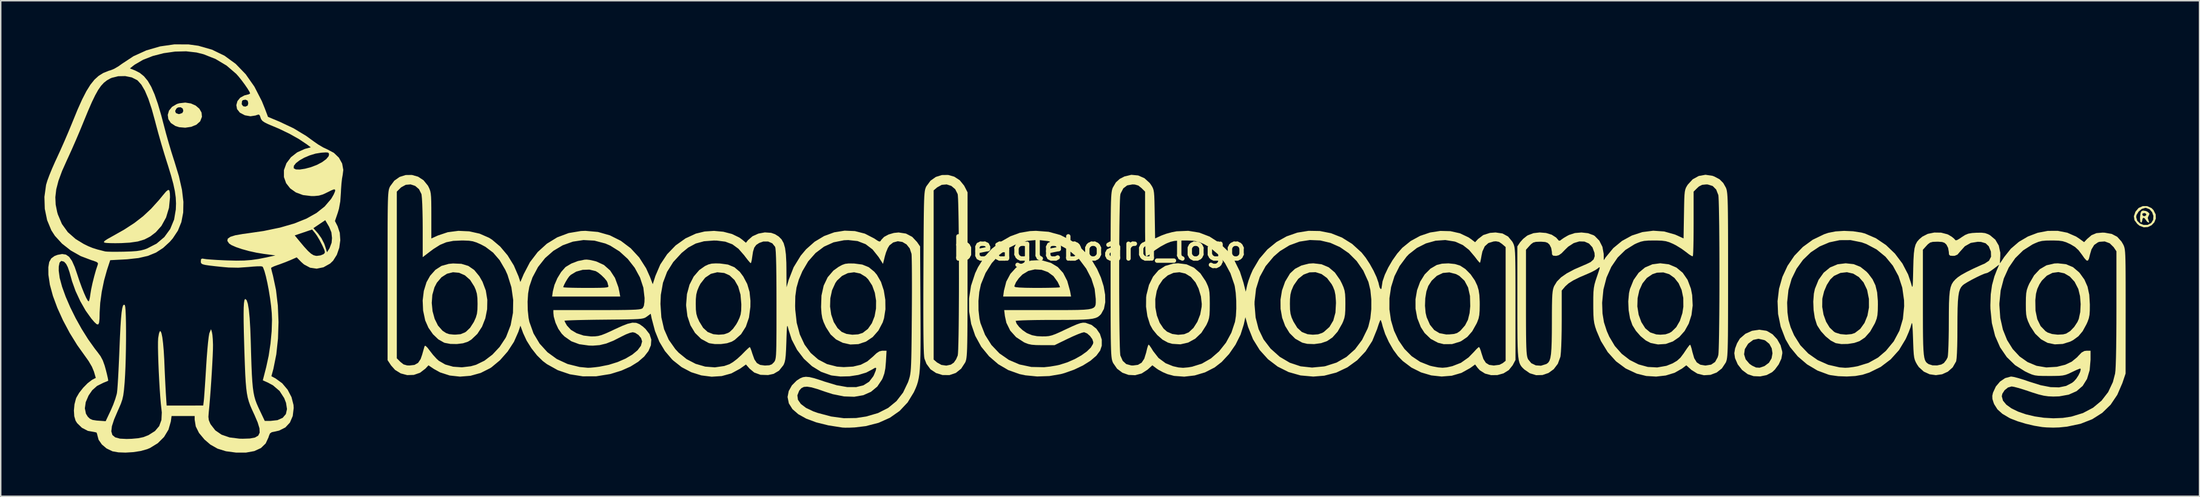
<source format=kicad_pcb>
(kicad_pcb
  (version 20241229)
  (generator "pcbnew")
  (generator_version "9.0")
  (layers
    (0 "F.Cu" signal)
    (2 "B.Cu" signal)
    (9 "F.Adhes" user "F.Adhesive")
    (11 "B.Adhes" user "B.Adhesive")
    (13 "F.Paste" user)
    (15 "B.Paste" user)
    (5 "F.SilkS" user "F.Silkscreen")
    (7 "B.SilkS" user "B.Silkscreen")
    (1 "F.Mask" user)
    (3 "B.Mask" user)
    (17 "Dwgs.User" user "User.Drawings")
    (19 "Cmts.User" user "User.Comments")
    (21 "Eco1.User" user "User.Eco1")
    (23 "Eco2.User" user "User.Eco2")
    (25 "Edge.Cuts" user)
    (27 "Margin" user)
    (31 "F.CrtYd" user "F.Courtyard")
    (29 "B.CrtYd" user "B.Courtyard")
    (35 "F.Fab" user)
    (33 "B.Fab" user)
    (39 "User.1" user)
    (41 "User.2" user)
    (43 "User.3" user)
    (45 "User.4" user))
  (footprint "beagleboard_logo"
    (layer "F.Cu")
    (at 72.465 14.03)
    (property "Reference" "beagleboard_logo" (at 0 0 0) (layer "F.SilkS") (effects (font (size 1.524 1.524) (thickness 0.3))))
    (attr board_only exclude_from_pos_files exclude_from_bom)
    (fp_poly (pts (xy -63.882 -3.99) (xy -63.846 -3.794) (xy -63.839 -3.511) (xy -63.908 -2.794) (xy -64.108 -2.131) (xy -64.427 -1.551) (xy -64.817 -1.114) (xy -65.193 -0.827) (xy -65.59 -0.62) (xy -66.047 -0.482) (xy -66.601 -0.402) (xy -67.183 -0.369) (xy -67.593 -0.363) (xy -67.95 -0.368) (xy -68.214 -0.382) (xy -68.346 -0.404) (xy -68.383 -0.452) (xy -68.313 -0.533) (xy -68.122 -0.658) (xy -67.795 -0.84) (xy -66.978 -1.302) (xy -66.288 -1.751) (xy -65.686 -2.217) (xy -65.136 -2.731) (xy -64.6 -3.324) (xy -64.325 -3.66) (xy -64.106 -3.918) (xy -63.964 -4.03)) (stroke (width 0) (type solid)) (fill yes) (layer "F.SilkS"))
    (fp_poly (pts (xy -62.403 -9.969) (xy -62.074 -9.823) (xy -61.823 -9.608) (xy -61.672 -9.345) (xy -61.644 -9.053) (xy -61.761 -8.752) (xy -61.775 -8.731) (xy -62.025 -8.508) (xy -62.38 -8.363) (xy -62.791 -8.302) (xy -63.208 -8.337) (xy -63.468 -8.419) (xy -63.78 -8.625) (xy -63.953 -8.891) (xy -63.994 -9.185) (xy -63.915 -9.452) (xy -63.486 -9.452) (xy -63.435 -9.31) (xy -63.265 -9.242) (xy -63.183 -9.244) (xy -62.989 -9.316) (xy -62.924 -9.454) (xy -62.965 -9.62) (xy -63.106 -9.708) (xy -63.286 -9.696) (xy -63.394 -9.625) (xy -63.486 -9.452) (xy -63.915 -9.452) (xy -63.908 -9.477) (xy -63.699 -9.735) (xy -63.373 -9.928) (xy -63.205 -9.982) (xy -62.787 -10.029)) (stroke (width 0) (type solid)) (fill yes) (layer "F.SilkS"))
    (fp_poly (pts (xy 71.873 -2.578) (xy 72.006 -2.51) (xy 72.117 -2.399) (xy 72.088 -2.29) (xy 72.063 -2.258) (xy 71.999 -2.103) (xy 72.048 -1.953) (xy 72.095 -1.812) (xy 72.057 -1.778) (xy 71.955 -1.844) (xy 71.882 -1.947) (xy 71.778 -2.081) (xy 71.71 -2.117) (xy 71.643 -2.046) (xy 71.628 -1.947) (xy 71.591 -1.81) (xy 71.539 -1.778) (xy 71.487 -1.856) (xy 71.471 -2.066) (xy 71.475 -2.18) (xy 71.493 -2.328) (xy 71.628 -2.328) (xy 71.687 -2.233) (xy 71.806 -2.224) (xy 71.899 -2.301) (xy 71.908 -2.327) (xy 71.853 -2.411) (xy 71.776 -2.439) (xy 71.65 -2.406) (xy 71.628 -2.328) (xy 71.493 -2.328) (xy 71.505 -2.434) (xy 71.565 -2.562) (xy 71.671 -2.607)) (stroke (width 0) (type solid)) (fill yes) (layer "F.SilkS"))
    (fp_poly (pts (xy 71.97 -2.911) (xy 72.259 -2.777) (xy 72.391 -2.646) (xy 72.545 -2.346) (xy 72.556 -2.056) (xy 72.454 -1.798) (xy 72.263 -1.596) (xy 72.013 -1.473) (xy 71.729 -1.454) (xy 71.44 -1.561) (xy 71.283 -1.687) (xy 71.088 -1.949) (xy 71.056 -2.163) (xy 71.205 -2.163) (xy 71.278 -1.908) (xy 71.466 -1.72) (xy 71.72 -1.619) (xy 71.994 -1.623) (xy 72.235 -1.749) (xy 72.373 -1.973) (xy 72.388 -2.238) (xy 72.298 -2.496) (xy 72.123 -2.697) (xy 71.88 -2.792) (xy 71.836 -2.794) (xy 71.595 -2.721) (xy 71.375 -2.538) (xy 71.231 -2.302) (xy 71.205 -2.163) (xy 71.056 -2.163) (xy 71.048 -2.216) (xy 71.157 -2.531) (xy 71.158 -2.532) (xy 71.372 -2.785) (xy 71.658 -2.913)) (stroke (width 0) (type solid)) (fill yes) (layer "F.SilkS"))
    (fp_poly (pts (xy -3.908 0.827) (xy -3.332 0.992) (xy -2.862 1.275) (xy -2.491 1.685) (xy -2.213 2.228) (xy -2.022 2.913) (xy -2.001 3.027) (xy -1.952 3.302) (xy -6.614 3.302) (xy -6.56 2.9) (xy -6.488 2.62) (xy -5.842 2.62) (xy -5.758 2.657) (xy -5.506 2.683) (xy -5.088 2.701) (xy -4.506 2.709) (xy -4.276 2.709) (xy -3.782 2.707) (xy -3.352 2.7) (xy -3.012 2.691) (xy -2.789 2.678) (xy -2.709 2.664) (xy -2.745 2.567) (xy -2.833 2.377) (xy -2.878 2.288) (xy -3.162 1.898) (xy -3.54 1.622) (xy -3.977 1.466) (xy -4.437 1.437) (xy -4.886 1.542) (xy -5.29 1.788) (xy -5.298 1.795) (xy -5.538 2.044) (xy -5.727 2.312) (xy -5.831 2.546) (xy -5.842 2.62) (xy -6.488 2.62) (xy -6.401 2.277) (xy -6.118 1.745) (xy -5.729 1.316) (xy -5.253 1.006) (xy -4.709 0.83) (xy -4.115 0.801)) (stroke (width 0) (type solid)) (fill yes) (layer "F.SilkS"))
    (fp_poly (pts (xy 45.788 5.652) (xy 45.863 5.678) (xy 46.23 5.898) (xy 46.547 6.238) (xy 46.78 6.648) (xy 46.896 7.08) (xy 46.903 7.2) (xy 46.837 7.572) (xy 46.654 7.968) (xy 46.387 8.329) (xy 46.204 8.5) (xy 45.83 8.7) (xy 45.383 8.794) (xy 44.926 8.775) (xy 44.524 8.64) (xy 44.14 8.352) (xy 43.84 7.969) (xy 43.653 7.538) (xy 43.615 7.274) (xy 44.276 7.274) (xy 44.382 7.617) (xy 44.641 7.923) (xy 44.82 8.05) (xy 45.095 8.181) (xy 45.345 8.196) (xy 45.642 8.096) (xy 45.69 8.074) (xy 45.984 7.853) (xy 46.163 7.551) (xy 46.226 7.207) (xy 46.174 6.862) (xy 46.009 6.556) (xy 45.731 6.328) (xy 45.658 6.294) (xy 45.264 6.206) (xy 44.904 6.283) (xy 44.579 6.526) (xy 44.541 6.567) (xy 44.327 6.917) (xy 44.276 7.274) (xy 43.615 7.274) (xy 43.604 7.197) (xy 43.657 6.874) (xy 43.792 6.516) (xy 43.975 6.209) (xy 43.998 6.18) (xy 44.369 5.861) (xy 44.822 5.658) (xy 45.31 5.584)) (stroke (width 0) (type solid)) (fill yes) (layer "F.SilkS"))
    (fp_poly (pts (xy -35.011 0.786) (xy -34.724 0.848) (xy -34.549 0.895) (xy -34.035 1.133) (xy -33.608 1.511) (xy -33.276 2.022) (xy -33.044 2.656) (xy -32.972 2.985) (xy -32.916 3.302) (xy -37.594 3.302) (xy -37.543 2.942) (xy -37.473 2.663) (xy -36.83 2.663) (xy -36.75 2.677) (xy -36.526 2.69) (xy -36.186 2.7) (xy -35.756 2.707) (xy -35.261 2.709) (xy -35.255 2.709) (xy -34.7 2.708) (xy -34.293 2.703) (xy -34.013 2.692) (xy -33.839 2.673) (xy -33.75 2.645) (xy -33.724 2.606) (xy -33.731 2.575) (xy -33.776 2.416) (xy -33.782 2.367) (xy -33.844 2.232) (xy -34 2.041) (xy -34.21 1.835) (xy -34.429 1.657) (xy -34.603 1.554) (xy -35.032 1.452) (xy -35.494 1.467) (xy -35.937 1.589) (xy -36.305 1.808) (xy -36.418 1.917) (xy -36.533 2.077) (xy -36.663 2.293) (xy -36.773 2.505) (xy -36.828 2.649) (xy -36.83 2.663) (xy -37.473 2.663) (xy -37.431 2.5) (xy -37.232 2.039) (xy -36.976 1.62) (xy -36.696 1.3) (xy -36.648 1.26) (xy -36.275 1.036) (xy -35.82 0.862) (xy -35.367 0.77) (xy -35.218 0.762)) (stroke (width 0) (type solid)) (fill yes) (layer "F.SilkS"))
    (fp_poly (pts (xy 39.113 1.091) (xy 39.63 1.312) (xy 40.06 1.669) (xy 40.394 2.154) (xy 40.623 2.76) (xy 40.71 3.204) (xy 40.746 3.916) (xy 40.663 4.575) (xy 40.474 5.166) (xy 40.19 5.675) (xy 39.824 6.087) (xy 39.389 6.388) (xy 38.898 6.562) (xy 38.364 6.596) (xy 37.864 6.498) (xy 37.522 6.321) (xy 37.167 6.028) (xy 36.845 5.66) (xy 36.605 5.272) (xy 36.441 4.802) (xy 36.345 4.237) (xy 36.334 3.982) (xy 36.944 3.982) (xy 37.035 4.556) (xy 37.22 5.061) (xy 37.493 5.49) (xy 37.827 5.768) (xy 38.241 5.906) (xy 38.523 5.927) (xy 38.877 5.9) (xy 39.151 5.807) (xy 39.301 5.717) (xy 39.615 5.41) (xy 39.866 4.975) (xy 40.037 4.447) (xy 40.104 4.008) (xy 40.099 3.396) (xy 39.985 2.85) (xy 39.777 2.387) (xy 39.49 2.022) (xy 39.137 1.769) (xy 38.733 1.645) (xy 38.293 1.663) (xy 37.984 1.764) (xy 37.6 2.023) (xy 37.296 2.403) (xy 37.081 2.876) (xy 36.962 3.413) (xy 36.944 3.982) (xy 36.334 3.982) (xy 36.32 3.639) (xy 36.371 3.071) (xy 36.436 2.783) (xy 36.686 2.164) (xy 37.034 1.669) (xy 37.469 1.306) (xy 37.981 1.086) (xy 38.518 1.017)) (stroke (width 0) (type solid)) (fill yes) (layer "F.SilkS"))
    (fp_poly (pts (xy -16.904 1.031) (xy -16.842 1.033) (xy -16.291 1.105) (xy -15.846 1.286) (xy -15.467 1.594) (xy -15.286 1.808) (xy -15.006 2.295) (xy -14.812 2.884) (xy -14.708 3.528) (xy -14.7 4.18) (xy -14.795 4.793) (xy -14.886 5.08) (xy -15.181 5.641) (xy -15.57 6.084) (xy -16.035 6.399) (xy -16.555 6.574) (xy -17.11 6.6) (xy -17.632 6.483) (xy -18.094 6.251) (xy -18.468 5.907) (xy -18.778 5.424) (xy -18.809 5.363) (xy -18.95 5.053) (xy -19.038 4.78) (xy -19.089 4.478) (xy -19.117 4.081) (xy -19.12 4.021) (xy -19.119 3.993) (xy -18.503 3.993) (xy -18.423 4.547) (xy -18.251 5.051) (xy -17.99 5.47) (xy -17.704 5.733) (xy -17.378 5.871) (xy -16.975 5.928) (xy -16.568 5.901) (xy -16.262 5.803) (xy -15.904 5.527) (xy -15.631 5.136) (xy -15.445 4.661) (xy -15.348 4.132) (xy -15.342 3.583) (xy -15.429 3.043) (xy -15.61 2.545) (xy -15.886 2.12) (xy -16.05 1.954) (xy -16.432 1.721) (xy -16.851 1.635) (xy -17.278 1.692) (xy -17.678 1.883) (xy -18.022 2.203) (xy -18.14 2.374) (xy -18.366 2.871) (xy -18.485 3.423) (xy -18.503 3.993) (xy -19.119 3.993) (xy -19.093 3.235) (xy -18.942 2.552) (xy -18.668 1.978) (xy -18.273 1.518) (xy -17.917 1.262) (xy -17.673 1.13) (xy -17.466 1.056) (xy -17.232 1.028)) (stroke (width 0) (type solid)) (fill yes) (layer "F.SilkS"))
    (fp_poly (pts (xy 5.987 1.092) (xy 6.495 1.322) (xy 6.928 1.703) (xy 7.288 2.236) (xy 7.356 2.371) (xy 7.454 2.593) (xy 7.518 2.798) (xy 7.556 3.031) (xy 7.573 3.338) (xy 7.578 3.763) (xy 7.578 3.81) (xy 7.574 4.244) (xy 7.559 4.555) (xy 7.525 4.789) (xy 7.465 4.99) (xy 7.37 5.205) (xy 7.34 5.267) (xy 7.001 5.799) (xy 6.577 6.202) (xy 6.089 6.469) (xy 5.557 6.589) (xy 5.002 6.554) (xy 4.699 6.468) (xy 4.333 6.266) (xy 3.97 5.95) (xy 3.659 5.57) (xy 3.477 5.243) (xy 3.292 4.655) (xy 3.199 4) (xy 3.205 3.477) (xy 3.834 3.477) (xy 3.84 4.051) (xy 3.943 4.605) (xy 4.134 5.102) (xy 4.403 5.505) (xy 4.641 5.717) (xy 4.994 5.874) (xy 5.407 5.933) (xy 5.813 5.894) (xy 6.131 5.763) (xy 6.456 5.46) (xy 6.726 5.036) (xy 6.921 4.535) (xy 7.019 4.003) (xy 7.027 3.81) (xy 6.968 3.29) (xy 6.807 2.753) (xy 6.597 2.331) (xy 6.277 1.955) (xy 5.902 1.724) (xy 5.498 1.632) (xy 5.089 1.674) (xy 4.7 1.844) (xy 4.355 2.137) (xy 4.078 2.548) (xy 3.934 2.919) (xy 3.834 3.477) (xy 3.205 3.477) (xy 3.206 3.358) (xy 3.228 3.191) (xy 3.402 2.502) (xy 3.68 1.936) (xy 4.053 1.499) (xy 4.517 1.198) (xy 5.064 1.04) (xy 5.406 1.016)) (stroke (width 0) (type solid)) (fill yes) (layer "F.SilkS"))
    (fp_poly (pts (xy 24.416 1.069) (xy 24.768 1.175) (xy 25.135 1.414) (xy 25.488 1.771) (xy 25.784 2.198) (xy 25.95 2.549) (xy 26.042 2.857) (xy 26.095 3.204) (xy 26.117 3.644) (xy 26.119 3.852) (xy 26.112 4.272) (xy 26.088 4.576) (xy 26.037 4.819) (xy 25.95 5.053) (xy 25.899 5.165) (xy 25.603 5.693) (xy 25.264 6.081) (xy 24.857 6.36) (xy 24.768 6.404) (xy 24.216 6.572) (xy 23.649 6.577) (xy 23.252 6.48) (xy 22.753 6.214) (xy 22.333 5.81) (xy 22.072 5.406) (xy 21.829 4.786) (xy 21.709 4.139) (xy 21.708 3.939) (xy 22.359 3.939) (xy 22.402 4.424) (xy 22.474 4.727) (xy 22.7 5.242) (xy 22.991 5.604) (xy 23.357 5.824) (xy 23.811 5.908) (xy 24.023 5.906) (xy 24.343 5.876) (xy 24.56 5.813) (xy 24.739 5.694) (xy 24.814 5.626) (xy 25.11 5.287) (xy 25.307 4.906) (xy 25.422 4.441) (xy 25.467 3.968) (xy 25.449 3.263) (xy 25.318 2.68) (xy 25.074 2.219) (xy 24.718 1.884) (xy 24.495 1.762) (xy 24.035 1.642) (xy 23.59 1.682) (xy 23.178 1.876) (xy 22.818 2.214) (xy 22.586 2.574) (xy 22.455 2.951) (xy 22.378 3.427) (xy 22.359 3.939) (xy 21.708 3.939) (xy 21.707 3.489) (xy 21.815 2.863) (xy 22.026 2.286) (xy 22.336 1.785) (xy 22.735 1.385) (xy 23.169 1.132) (xy 23.532 1.043) (xy 23.973 1.022)) (stroke (width 0) (type solid)) (fill yes) (layer "F.SilkS"))
    (fp_poly (pts (xy -43.825 1.054) (xy -43.347 1.199) (xy -42.944 1.478) (xy -42.594 1.904) (xy -42.375 2.286) (xy -42.148 2.89) (xy -42.044 3.529) (xy -42.057 4.176) (xy -42.18 4.801) (xy -42.406 5.376) (xy -42.729 5.872) (xy -43.141 6.262) (xy -43.376 6.406) (xy -43.711 6.516) (xy -44.136 6.568) (xy -44.577 6.56) (xy -44.965 6.488) (xy -45.019 6.469) (xy -45.411 6.246) (xy -45.778 5.894) (xy -46.087 5.451) (xy -46.305 4.958) (xy -46.312 4.936) (xy -46.455 4.264) (xy -46.477 3.745) (xy -45.861 3.745) (xy -45.805 4.309) (xy -45.66 4.839) (xy -45.434 5.296) (xy -45.133 5.64) (xy -45.091 5.673) (xy -44.874 5.814) (xy -44.659 5.888) (xy -44.374 5.917) (xy -44.237 5.921) (xy -43.881 5.891) (xy -43.589 5.772) (xy -43.503 5.717) (xy -43.225 5.449) (xy -42.974 5.058) (xy -42.954 5.018) (xy -42.83 4.739) (xy -42.757 4.488) (xy -42.723 4.2) (xy -42.714 3.81) (xy -42.724 3.407) (xy -42.762 3.106) (xy -42.84 2.841) (xy -42.937 2.616) (xy -43.226 2.16) (xy -43.584 1.845) (xy -43.984 1.669) (xy -44.402 1.633) (xy -44.813 1.735) (xy -45.191 1.977) (xy -45.511 2.355) (xy -45.674 2.671) (xy -45.82 3.186) (xy -45.861 3.745) (xy -46.477 3.745) (xy -46.485 3.577) (xy -46.405 2.915) (xy -46.221 2.318) (xy -45.975 1.878) (xy -45.608 1.465) (xy -45.194 1.198) (xy -44.697 1.058) (xy -44.397 1.029)) (stroke (width 0) (type solid)) (fill yes) (layer "F.SilkS"))
    (fp_poly (pts (xy 51.803 1.077) (xy 52.266 1.263) (xy 52.682 1.593) (xy 52.81 1.73) (xy 53.1 2.117) (xy 53.297 2.531) (xy 53.414 3.012) (xy 53.463 3.6) (xy 53.466 3.852) (xy 53.459 4.272) (xy 53.435 4.576) (xy 53.384 4.819) (xy 53.297 5.053) (xy 53.247 5.165) (xy 52.934 5.715) (xy 52.578 6.117) (xy 52.21 6.365) (xy 51.846 6.492) (xy 51.404 6.562) (xy 50.957 6.57) (xy 50.582 6.509) (xy 50.561 6.502) (xy 50.224 6.325) (xy 49.873 6.037) (xy 49.553 5.684) (xy 49.311 5.312) (xy 49.272 5.231) (xy 49.132 4.779) (xy 49.049 4.231) (xy 49.041 4.017) (xy 49.642 4.017) (xy 49.733 4.548) (xy 49.908 5.034) (xy 50.153 5.437) (xy 50.454 5.723) (xy 50.555 5.781) (xy 50.89 5.885) (xy 51.283 5.92) (xy 51.657 5.884) (xy 51.884 5.808) (xy 52.256 5.523) (xy 52.547 5.116) (xy 52.749 4.617) (xy 52.852 4.057) (xy 52.849 3.466) (xy 52.731 2.875) (xy 52.711 2.813) (xy 52.479 2.329) (xy 52.158 1.964) (xy 51.77 1.728) (xy 51.34 1.63) (xy 50.891 1.681) (xy 50.45 1.886) (xy 50.193 2.134) (xy 49.959 2.502) (xy 49.773 2.939) (xy 49.66 3.396) (xy 49.649 3.475) (xy 49.642 4.017) (xy 49.041 4.017) (xy 49.027 3.651) (xy 49.069 3.104) (xy 49.139 2.775) (xy 49.389 2.158) (xy 49.74 1.665) (xy 50.18 1.304) (xy 50.699 1.086) (xy 51.254 1.018)) (stroke (width 0) (type solid)) (fill yes) (layer "F.SilkS"))
    (fp_poly (pts (xy -26.071 1.031) (xy -25.516 1.106) (xy -25.071 1.291) (xy -24.704 1.603) (xy -24.461 1.93) (xy -24.192 2.442) (xy -24.033 2.981) (xy -23.971 3.594) (xy -23.976 4.013) (xy -24.072 4.747) (xy -24.287 5.376) (xy -24.614 5.892) (xy -25.051 6.284) (xy -25.257 6.406) (xy -25.576 6.512) (xy -25.984 6.568) (xy -26.407 6.571) (xy -26.772 6.517) (xy -26.852 6.491) (xy -27.359 6.214) (xy -27.776 5.805) (xy -28.093 5.28) (xy -28.3 4.657) (xy -28.387 3.952) (xy -28.389 3.852) (xy -28.386 3.81) (xy -27.728 3.81) (xy -27.72 4.201) (xy -27.686 4.489) (xy -27.613 4.74) (xy -27.488 5.018) (xy -27.219 5.456) (xy -26.905 5.742) (xy -26.521 5.892) (xy -26.155 5.927) (xy -25.788 5.899) (xy -25.508 5.803) (xy -25.393 5.734) (xy -25.174 5.527) (xy -24.952 5.22) (xy -24.851 5.041) (xy -24.722 4.768) (xy -24.645 4.532) (xy -24.608 4.271) (xy -24.599 3.919) (xy -24.599 3.816) (xy -24.655 3.167) (xy -24.814 2.612) (xy -25.067 2.168) (xy -25.404 1.85) (xy -25.769 1.685) (xy -26.249 1.634) (xy -26.69 1.743) (xy -27.078 2.005) (xy -27.399 2.413) (xy -27.506 2.616) (xy -27.624 2.899) (xy -27.692 3.166) (xy -27.723 3.484) (xy -27.728 3.81) (xy -28.386 3.81) (xy -28.332 3.136) (xy -28.156 2.488) (xy -27.871 1.93) (xy -27.486 1.482) (xy -27.093 1.206) (xy -26.86 1.098) (xy -26.637 1.04) (xy -26.359 1.024)) (stroke (width 0) (type solid)) (fill yes) (layer "F.SilkS"))
    (fp_poly (pts (xy 15.261 1.088) (xy 15.752 1.297) (xy 16.17 1.652) (xy 16.525 2.16) (xy 16.654 2.413) (xy 16.763 2.666) (xy 16.833 2.889) (xy 16.872 3.137) (xy 16.888 3.459) (xy 16.891 3.81) (xy 16.886 4.235) (xy 16.865 4.542) (xy 16.821 4.781) (xy 16.744 5.002) (xy 16.672 5.165) (xy 16.359 5.714) (xy 16.003 6.115) (xy 15.634 6.365) (xy 15.225 6.507) (xy 14.746 6.572) (xy 14.273 6.555) (xy 13.928 6.473) (xy 13.45 6.205) (xy 13.057 5.814) (xy 12.755 5.324) (xy 12.548 4.761) (xy 12.44 4.149) (xy 12.437 3.81) (xy 13.081 3.81) (xy 13.089 4.201) (xy 13.124 4.489) (xy 13.197 4.74) (xy 13.321 5.018) (xy 13.59 5.456) (xy 13.905 5.742) (xy 14.288 5.892) (xy 14.654 5.927) (xy 15.022 5.899) (xy 15.301 5.803) (xy 15.416 5.734) (xy 15.798 5.392) (xy 16.06 4.954) (xy 16.208 4.41) (xy 16.245 3.748) (xy 16.239 3.591) (xy 16.207 3.195) (xy 16.147 2.898) (xy 16.042 2.632) (xy 15.945 2.45) (xy 15.63 2.031) (xy 15.255 1.758) (xy 14.845 1.629) (xy 14.425 1.642) (xy 14.019 1.796) (xy 13.653 2.09) (xy 13.35 2.522) (xy 13.304 2.616) (xy 13.185 2.899) (xy 13.117 3.166) (xy 13.087 3.484) (xy 13.081 3.81) (xy 12.437 3.81) (xy 12.435 3.515) (xy 12.538 2.882) (xy 12.753 2.276) (xy 13.085 1.723) (xy 13.095 1.71) (xy 13.429 1.399) (xy 13.875 1.168) (xy 14.386 1.039) (xy 14.69 1.019)) (stroke (width 0) (type solid)) (fill yes) (layer "F.SilkS"))
    (fp_poly (pts (xy 66.391 1.083) (xy 66.864 1.282) (xy 67.275 1.629) (xy 67.335 1.696) (xy 67.652 2.139) (xy 67.864 2.618) (xy 67.984 3.175) (xy 68.024 3.848) (xy 68.024 3.852) (xy 68.021 4.264) (xy 68.001 4.562) (xy 67.953 4.8) (xy 67.87 5.033) (xy 67.792 5.207) (xy 67.531 5.684) (xy 67.239 6.033) (xy 66.878 6.297) (xy 66.675 6.402) (xy 66.162 6.562) (xy 65.617 6.59) (xy 65.12 6.488) (xy 64.67 6.24) (xy 64.266 5.851) (xy 63.936 5.346) (xy 63.891 5.256) (xy 63.77 4.988) (xy 63.693 4.762) (xy 63.65 4.526) (xy 63.631 4.228) (xy 63.627 3.814) (xy 63.627 3.81) (xy 63.63 3.566) (xy 64.279 3.566) (xy 64.291 4.269) (xy 64.414 4.861) (xy 64.643 5.334) (xy 64.978 5.682) (xy 65.13 5.779) (xy 65.435 5.88) (xy 65.817 5.924) (xy 66.191 5.903) (xy 66.396 5.851) (xy 66.675 5.677) (xy 66.949 5.392) (xy 67.173 5.05) (xy 67.264 4.841) (xy 67.365 4.372) (xy 67.393 3.825) (xy 67.349 3.274) (xy 67.234 2.795) (xy 67.225 2.771) (xy 66.974 2.284) (xy 66.648 1.929) (xy 66.27 1.707) (xy 65.866 1.621) (xy 65.458 1.675) (xy 65.071 1.869) (xy 64.727 2.209) (xy 64.558 2.471) (xy 64.412 2.786) (xy 64.326 3.109) (xy 64.282 3.517) (xy 64.279 3.566) (xy 63.63 3.566) (xy 63.632 3.389) (xy 63.652 3.085) (xy 63.696 2.846) (xy 63.773 2.62) (xy 63.864 2.413) (xy 64.196 1.841) (xy 64.587 1.424) (xy 65.046 1.156) (xy 65.583 1.031) (xy 65.828 1.02)) (stroke (width 0) (type solid)) (fill yes) (layer "F.SilkS"))
    (fp_poly (pts (xy -9.972 -4.936) (xy -9.597 -4.692) (xy -9.297 -4.323) (xy -9.25 -4.236) (xy -9.059 -3.859) (xy -9.061 1.817) (xy -9.062 2.94) (xy -9.063 3.906) (xy -9.065 4.729) (xy -9.068 5.42) (xy -9.073 5.992) (xy -9.08 6.458) (xy -9.089 6.83) (xy -9.101 7.122) (xy -9.116 7.346) (xy -9.134 7.514) (xy -9.155 7.639) (xy -9.181 7.734) (xy -9.21 7.811) (xy -9.219 7.832) (xy -9.499 8.262) (xy -9.867 8.555) (xy -10.301 8.703) (xy -10.78 8.699) (xy -11.227 8.559) (xy -11.608 8.303) (xy -11.883 7.926) (xy -12.017 7.578) (xy -12.039 7.45) (xy -12.057 7.22) (xy -12.071 6.879) (xy -12.082 6.42) (xy -12.09 5.835) (xy -12.095 5.115) (xy -12.097 4.252) (xy -12.096 3.239) (xy -12.092 2.067) (xy -12.09 1.651) (xy -12.085 0.541) (xy -12.08 -0.412) (xy -12.075 -1.222) (xy -12.069 -1.9) (xy -12.062 -2.46) (xy -12.054 -2.915) (xy -12.044 -3.277) (xy -12.031 -3.56) (xy -12.015 -3.775) (xy -11.996 -3.936) (xy -11.986 -3.994) (xy -11.388 -3.994) (xy -11.388 7.635) (xy -11.15 7.839) (xy -10.854 8.003) (xy -10.52 8.051) (xy -10.205 7.984) (xy -10.003 7.845) (xy -9.847 7.619) (xy -9.735 7.359) (xy -9.717 7.213) (xy -9.702 6.916) (xy -9.689 6.486) (xy -9.677 5.941) (xy -9.668 5.299) (xy -9.661 4.578) (xy -9.656 3.796) (xy -9.652 2.971) (xy -9.651 2.121) (xy -9.652 1.265) (xy -9.655 0.421) (xy -9.659 -0.395) (xy -9.666 -1.162) (xy -9.674 -1.864) (xy -9.685 -2.482) (xy -9.697 -2.998) (xy -9.711 -3.394) (xy -9.727 -3.652) (xy -9.74 -3.743) (xy -9.907 -4.074) (xy -10.17 -4.298) (xy -10.491 -4.403) (xy -10.83 -4.375) (xy -11.147 -4.201) (xy -11.15 -4.198) (xy -11.388 -3.994) (xy -11.986 -3.994) (xy -11.974 -4.055) (xy -11.947 -4.146) (xy -11.916 -4.221) (xy -11.888 -4.276) (xy -11.604 -4.66) (xy -11.239 -4.918) (xy -10.824 -5.049) (xy -10.392 -5.055)) (stroke (width 0) (type solid)) (fill yes) (layer "F.SilkS"))
    (fp_poly (pts (xy -3.491 -1.147) (xy -2.691 -0.928) (xy -1.95 -0.553) (xy -1.259 -0.02) (xy -0.91 0.329) (xy -0.504 0.839) (xy -0.165 1.404) (xy 0.101 1.999) (xy 0.288 2.597) (xy 0.389 3.172) (xy 0.398 3.699) (xy 0.308 4.151) (xy 0.115 4.503) (xy 0.101 4.519) (xy -0.003 4.624) (xy -0.119 4.709) (xy -0.267 4.775) (xy -0.465 4.825) (xy -0.731 4.861) (xy -1.085 4.885) (xy -1.546 4.9) (xy -2.131 4.908) (xy -2.86 4.911) (xy -3.172 4.911) (xy -3.814 4.913) (xy -4.398 4.919) (xy -4.904 4.929) (xy -5.31 4.942) (xy -5.596 4.958) (xy -5.743 4.975) (xy -5.757 4.983) (xy -5.691 5.165) (xy -5.517 5.391) (xy -5.276 5.616) (xy -5.008 5.801) (xy -4.954 5.829) (xy -4.629 5.961) (xy -4.287 6.027) (xy -3.938 6.044) (xy -3.685 6.041) (xy -3.472 6.02) (xy -3.259 5.969) (xy -3.006 5.876) (xy -2.674 5.729) (xy -2.304 5.554) (xy -1.864 5.349) (xy -1.543 5.212) (xy -1.309 5.132) (xy -1.131 5.1) (xy -0.978 5.106) (xy -0.952 5.109) (xy -0.543 5.253) (xy -0.21 5.516) (xy 0.031 5.866) (xy 0.16 6.266) (xy 0.159 6.683) (xy 0.048 7.017) (xy -0.213 7.369) (xy -0.616 7.716) (xy -1.136 8.042) (xy -1.744 8.331) (xy -2.415 8.568) (xy -2.659 8.635) (xy -3.443 8.769) (xy -4.278 8.797) (xy -5.09 8.718) (xy -5.49 8.633) (xy -6.261 8.359) (xy -6.95 7.955) (xy -7.58 7.413) (xy -8.121 6.752) (xy -8.532 6.002) (xy -8.811 5.185) (xy -8.953 4.324) (xy -8.956 3.606) (xy -8.311 3.606) (xy -8.306 4.244) (xy -8.24 4.833) (xy -8.172 5.129) (xy -7.857 5.936) (xy -7.419 6.633) (xy -6.87 7.21) (xy -6.223 7.659) (xy -5.488 7.973) (xy -4.68 8.143) (xy -3.808 8.161) (xy -3.786 8.159) (xy -3.392 8.116) (xy -2.979 8.047) (xy -2.727 7.992) (xy -2.2 7.823) (xy -1.698 7.603) (xy -1.246 7.35) (xy -0.869 7.08) (xy -0.593 6.81) (xy -0.443 6.557) (xy -0.423 6.443) (xy -0.488 6.237) (xy -0.646 6.017) (xy -0.848 5.839) (xy -1.043 5.758) (xy -1.059 5.757) (xy -1.21 5.793) (xy -1.475 5.891) (xy -1.814 6.036) (xy -2.17 6.202) (xy -3.084 6.646) (xy -3.934 6.645) (xy -4.356 6.639) (xy -4.658 6.615) (xy -4.893 6.565) (xy -5.109 6.482) (xy -5.191 6.443) (xy -5.726 6.094) (xy -6.129 5.645) (xy -6.393 5.108) (xy -6.493 4.651) (xy -6.543 4.233) (xy -3.553 4.233) (xy -2.719 4.234) (xy -2.038 4.232) (xy -1.496 4.225) (xy -1.076 4.209) (xy -0.762 4.18) (xy -0.541 4.136) (xy -0.394 4.071) (xy -0.308 3.983) (xy -0.266 3.868) (xy -0.253 3.722) (xy -0.254 3.542) (xy -0.254 3.474) (xy -0.332 2.776) (xy -0.556 2.068) (xy -0.908 1.386) (xy -1.371 0.768) (xy -1.527 0.603) (xy -2.156 0.081) (xy -2.829 -0.288) (xy -3.532 -0.51) (xy -4.246 -0.588) (xy -4.954 -0.527) (xy -5.64 -0.333) (xy -6.287 -0.011) (xy -6.878 0.437) (xy -7.396 1.003) (xy -7.823 1.684) (xy -8.138 2.455) (xy -8.254 2.987) (xy -8.311 3.606) (xy -8.956 3.606) (xy -8.957 3.441) (xy -8.82 2.56) (xy -8.538 1.701) (xy -8.342 1.287) (xy -7.91 0.593) (xy -7.401 0.024) (xy -6.792 -0.453) (xy -6.124 -0.836) (xy -5.468 -1.078) (xy -4.77 -1.196) (xy -4.36 -1.214)) (stroke (width 0) (type solid)) (fill yes) (layer "F.SilkS"))
    (fp_poly (pts (xy 42.102 -4.996) (xy 42.227 -4.95) (xy 42.592 -4.755) (xy 42.846 -4.5) (xy 43.021 -4.191) (xy 43.052 -4.116) (xy 43.078 -4.027) (xy 43.1 -3.91) (xy 43.119 -3.755) (xy 43.135 -3.546) (xy 43.147 -3.273) (xy 43.157 -2.922) (xy 43.164 -2.481) (xy 43.169 -1.937) (xy 43.173 -1.278) (xy 43.175 -0.49) (xy 43.176 0.438) (xy 43.176 1.52) (xy 43.176 1.82) (xy 43.176 2.942) (xy 43.175 3.908) (xy 43.173 4.73) (xy 43.17 5.42) (xy 43.166 5.991) (xy 43.159 6.457) (xy 43.15 6.829) (xy 43.138 7.121) (xy 43.124 7.345) (xy 43.106 7.514) (xy 43.085 7.64) (xy 43.059 7.737) (xy 43.029 7.816) (xy 43.018 7.841) (xy 42.752 8.243) (xy 42.39 8.527) (xy 41.968 8.686) (xy 41.516 8.713) (xy 41.069 8.603) (xy 40.66 8.348) (xy 40.638 8.328) (xy 40.308 8.03) (xy 40.017 8.251) (xy 39.505 8.544) (xy 38.897 8.73) (xy 38.234 8.805) (xy 37.556 8.764) (xy 36.906 8.604) (xy 36.145 8.249) (xy 35.478 7.754) (xy 34.909 7.122) (xy 34.44 6.359) (xy 34.138 5.65) (xy 34.048 5.381) (xy 33.986 5.137) (xy 33.948 4.877) (xy 33.927 4.555) (xy 33.918 4.131) (xy 33.917 3.852) (xy 33.917 3.768) (xy 34.527 3.768) (xy 34.551 4.464) (xy 34.652 5.076) (xy 34.846 5.674) (xy 35.017 6.063) (xy 35.397 6.703) (xy 35.873 7.24) (xy 36.423 7.664) (xy 37.027 7.968) (xy 37.663 8.142) (xy 38.309 8.177) (xy 38.945 8.065) (xy 39.37 7.895) (xy 39.669 7.718) (xy 39.904 7.505) (xy 40.133 7.2) (xy 40.174 7.137) (xy 40.345 6.883) (xy 40.483 6.696) (xy 40.56 6.611) (xy 40.565 6.609) (xy 40.608 6.682) (xy 40.669 6.877) (xy 40.725 7.112) (xy 40.851 7.544) (xy 41.026 7.83) (xy 41.27 7.989) (xy 41.602 8.043) (xy 41.637 8.043) (xy 42.013 7.984) (xy 42.283 7.8) (xy 42.46 7.479) (xy 42.508 7.311) (xy 42.521 7.169) (xy 42.534 6.874) (xy 42.546 6.441) (xy 42.556 5.886) (xy 42.565 5.224) (xy 42.573 4.472) (xy 42.579 3.645) (xy 42.582 2.76) (xy 42.583 1.831) (xy 42.583 1.82) (xy 42.582 0.891) (xy 42.579 0.005) (xy 42.573 -0.823) (xy 42.566 -1.576) (xy 42.556 -2.238) (xy 42.546 -2.795) (xy 42.534 -3.229) (xy 42.521 -3.526) (xy 42.508 -3.669) (xy 42.508 -3.67) (xy 42.358 -4.053) (xy 42.119 -4.294) (xy 41.784 -4.398) (xy 41.677 -4.403) (xy 41.391 -4.374) (xy 41.177 -4.264) (xy 41.057 -4.155) (xy 40.809 -3.908) (xy 40.809 -1.714) (xy 40.807 -1.121) (xy 40.802 -0.584) (xy 40.793 -0.128) (xy 40.782 0.226) (xy 40.768 0.455) (xy 40.755 0.534) (xy 40.668 0.513) (xy 40.494 0.403) (xy 40.298 0.251) (xy 39.984 0.02) (xy 39.615 -0.207) (xy 39.4 -0.318) (xy 39.134 -0.432) (xy 38.893 -0.502) (xy 38.62 -0.538) (xy 38.255 -0.55) (xy 38.1 -0.55) (xy 37.7 -0.545) (xy 37.409 -0.52) (xy 37.169 -0.465) (xy 36.919 -0.368) (xy 36.745 -0.287) (xy 36.124 0.101) (xy 35.591 0.623) (xy 35.156 1.261) (xy 34.828 1.998) (xy 34.615 2.818) (xy 34.528 3.704) (xy 34.527 3.768) (xy 33.917 3.768) (xy 33.918 3.365) (xy 33.929 3.001) (xy 33.956 2.717) (xy 34.003 2.465) (xy 34.079 2.2) (xy 34.171 1.927) (xy 34.287 1.585) (xy 34.349 1.38) (xy 34.359 1.29) (xy 34.322 1.292) (xy 34.248 1.354) (xy 34.078 1.473) (xy 33.809 1.616) (xy 33.524 1.744) (xy 32.957 1.987) (xy 32.531 2.2) (xy 32.22 2.398) (xy 32.002 2.594) (xy 31.973 2.627) (xy 31.75 2.892) (xy 31.75 4.955) (xy 31.746 5.596) (xy 31.735 6.187) (xy 31.718 6.701) (xy 31.695 7.109) (xy 31.668 7.387) (xy 31.657 7.453) (xy 31.483 7.926) (xy 31.201 8.297) (xy 30.841 8.558) (xy 30.429 8.698) (xy 29.994 8.709) (xy 29.563 8.579) (xy 29.178 8.313) (xy 29.07 8.21) (xy 28.98 8.109) (xy 28.906 7.996) (xy 28.846 7.855) (xy 28.799 7.671) (xy 28.764 7.428) (xy 28.738 7.11) (xy 28.721 6.703) (xy 28.71 6.191) (xy 28.705 5.559) (xy 28.702 4.79) (xy 28.702 3.871) (xy 28.702 3.698) (xy 28.702 0.087) (xy 29.295 0.087) (xy 29.295 3.706) (xy 29.295 4.592) (xy 29.297 5.326) (xy 29.301 5.922) (xy 29.308 6.397) (xy 29.318 6.767) (xy 29.332 7.049) (xy 29.35 7.258) (xy 29.373 7.41) (xy 29.402 7.521) (xy 29.437 7.609) (xy 29.443 7.62) (xy 29.661 7.885) (xy 29.969 8.034) (xy 30.323 8.058) (xy 30.679 7.947) (xy 30.74 7.913) (xy 30.836 7.831) (xy 30.912 7.705) (xy 30.971 7.518) (xy 31.014 7.25) (xy 31.043 6.884) (xy 31.062 6.401) (xy 31.072 5.783) (xy 31.075 5.104) (xy 31.076 4.425) (xy 31.081 3.893) (xy 31.09 3.486) (xy 31.105 3.181) (xy 31.128 2.956) (xy 31.159 2.788) (xy 31.2 2.656) (xy 31.232 2.579) (xy 31.42 2.271) (xy 31.702 1.985) (xy 32.096 1.71) (xy 32.62 1.432) (xy 33.291 1.14) (xy 33.383 1.104) (xy 33.735 0.934) (xy 33.939 0.752) (xy 34.016 0.529) (xy 33.999 0.296) (xy 33.86 -0.081) (xy 33.624 -0.339) (xy 33.314 -0.475) (xy 32.956 -0.486) (xy 32.574 -0.37) (xy 32.194 -0.124) (xy 31.976 0.086) (xy 31.739 0.33) (xy 31.554 0.46) (xy 31.38 0.507) (xy 31.335 0.508) (xy 31.157 0.491) (xy 31.085 0.407) (xy 31.073 0.221) (xy 31.024 -0.043) (xy 30.911 -0.266) (xy 30.785 -0.385) (xy 30.621 -0.445) (xy 30.36 -0.465) (xy 30.269 -0.466) (xy 29.981 -0.456) (xy 29.795 -0.408) (xy 29.645 -0.298) (xy 29.542 -0.189) (xy 29.295 0.087) (xy 28.702 0.087) (xy 28.702 -0.144) (xy 28.895 -0.431) (xy 29.098 -0.659) (xy 29.359 -0.868) (xy 29.424 -0.907) (xy 29.805 -1.052) (xy 30.236 -1.102) (xy 30.671 -1.066) (xy 31.063 -0.947) (xy 31.365 -0.753) (xy 31.454 -0.651) (xy 31.558 -0.533) (xy 31.654 -0.551) (xy 31.726 -0.61) (xy 31.892 -0.727) (xy 32.136 -0.87) (xy 32.251 -0.93) (xy 32.652 -1.061) (xy 33.107 -1.1) (xy 33.555 -1.05) (xy 33.935 -0.912) (xy 34.019 -0.859) (xy 34.333 -0.537) (xy 34.546 -0.114) (xy 34.632 0.364) (xy 34.633 0.399) (xy 34.638 0.804) (xy 34.781 0.593) (xy 35.291 -0.025) (xy 35.894 -0.522) (xy 36.568 -0.891) (xy 37.29 -1.127) (xy 38.038 -1.222) (xy 38.789 -1.169) (xy 39.521 -0.962) (xy 39.679 -0.894) (xy 40.119 -0.692) (xy 40.147 -2.364) (xy 40.157 -2.935) (xy 40.167 -3.364) (xy 40.182 -3.676) (xy 40.205 -3.9) (xy 40.239 -4.062) (xy 40.287 -4.188) (xy 40.354 -4.305) (xy 40.413 -4.395) (xy 40.746 -4.756) (xy 41.161 -4.984) (xy 41.624 -5.067)) (stroke (width 0) (type solid)) (fill yes) (layer "F.SilkS"))
    (fp_poly (pts (xy 2.661 -5.02) (xy 3.092 -4.83) (xy 3.45 -4.503) (xy 3.529 -4.395) (xy 3.611 -4.268) (xy 3.671 -4.151) (xy 3.715 -4.017) (xy 3.745 -3.839) (xy 3.765 -3.591) (xy 3.778 -3.245) (xy 3.788 -2.776) (xy 3.795 -2.364) (xy 3.823 -0.692) (xy 4.263 -0.894) (xy 4.589 -1.014) (xy 4.987 -1.121) (xy 5.301 -1.181) (xy 6.1 -1.214) (xy 6.859 -1.09) (xy 7.567 -0.817) (xy 8.211 -0.403) (xy 8.78 0.141) (xy 9.262 0.808) (xy 9.647 1.588) (xy 9.892 2.353) (xy 10.047 2.97) (xy 10.149 2.512) (xy 10.241 2.196) (xy 10.382 1.816) (xy 10.532 1.472) (xy 10.983 0.709) (xy 11.533 0.068) (xy 12.163 -0.447) (xy 12.856 -0.834) (xy 13.594 -1.091) (xy 14.361 -1.214) (xy 15.138 -1.201) (xy 15.908 -1.048) (xy 16.653 -0.753) (xy 17.356 -0.314) (xy 17.999 0.273) (xy 18.009 0.284) (xy 18.287 0.633) (xy 18.567 1.062) (xy 18.823 1.521) (xy 19.03 1.965) (xy 19.163 2.346) (xy 19.189 2.467) (xy 19.244 2.68) (xy 19.311 2.786) (xy 19.367 2.768) (xy 19.389 2.622) (xy 19.445 2.255) (xy 19.599 1.807) (xy 19.832 1.314) (xy 20.122 0.817) (xy 20.449 0.353) (xy 20.793 -0.039) (xy 20.802 -0.048) (xy 21.379 -0.516) (xy 22.024 -0.867) (xy 22.71 -1.099) (xy 23.413 -1.208) (xy 24.104 -1.191) (xy 24.758 -1.044) (xy 25.349 -0.764) (xy 25.533 -0.636) (xy 25.801 -0.431) (xy 26.003 -0.65) (xy 26.362 -0.924) (xy 26.82 -1.071) (xy 27.205 -1.101) (xy 27.683 -1.031) (xy 28.066 -0.822) (xy 28.356 -0.471) (xy 28.406 -0.38) (xy 28.446 -0.294) (xy 28.479 -0.198) (xy 28.506 -0.078) (xy 28.527 0.083) (xy 28.544 0.3) (xy 28.556 0.59) (xy 28.564 0.968) (xy 28.57 1.45) (xy 28.573 2.051) (xy 28.575 2.788) (xy 28.575 3.677) (xy 28.575 3.81) (xy 28.575 7.662) (xy 28.38 8.029) (xy 28.115 8.359) (xy 27.754 8.584) (xy 27.336 8.701) (xy 26.9 8.707) (xy 26.484 8.599) (xy 26.127 8.374) (xy 25.975 8.207) (xy 25.802 7.973) (xy 25.465 8.217) (xy 24.864 8.552) (xy 24.201 8.745) (xy 23.502 8.801) (xy 22.79 8.724) (xy 22.09 8.517) (xy 21.428 8.185) (xy 20.828 7.732) (xy 20.505 7.401) (xy 20.183 6.964) (xy 19.878 6.434) (xy 19.624 5.88) (xy 19.456 5.371) (xy 19.453 5.355) (xy 19.388 5.109) (xy 19.331 4.948) (xy 19.305 4.911) (xy 19.262 4.987) (xy 19.186 5.185) (xy 19.093 5.468) (xy 19.071 5.539) (xy 18.74 6.354) (xy 18.279 7.072) (xy 17.703 7.682) (xy 17.027 8.171) (xy 16.269 8.529) (xy 15.442 8.743) (xy 14.686 8.804) (xy 13.81 8.726) (xy 12.99 8.494) (xy 12.242 8.119) (xy 11.576 7.612) (xy 11.007 6.982) (xy 10.547 6.239) (xy 10.209 5.395) (xy 10.163 5.238) (xy 10.022 4.722) (xy 9.914 5.218) (xy 9.693 5.919) (xy 9.347 6.611) (xy 8.904 7.253) (xy 8.392 7.804) (xy 7.91 8.178) (xy 7.252 8.515) (xy 6.543 8.727) (xy 5.822 8.81) (xy 5.126 8.758) (xy 4.669 8.636) (xy 4.351 8.5) (xy 4.048 8.335) (xy 3.925 8.251) (xy 3.634 8.03) (xy 3.304 8.328) (xy 2.898 8.592) (xy 2.452 8.711) (xy 2 8.691) (xy 1.575 8.539) (xy 1.209 8.263) (xy 0.936 7.868) (xy 0.924 7.841) (xy 0.893 7.765) (xy 0.866 7.676) (xy 0.843 7.562) (xy 0.824 7.409) (xy 0.808 7.206) (xy 0.796 6.939) (xy 0.786 6.596) (xy 0.778 6.164) (xy 0.773 5.631) (xy 0.769 4.983) (xy 0.767 4.208) (xy 0.766 3.294) (xy 0.766 2.228) (xy 0.766 1.82) (xy 0.766 1.82) (xy 1.355 1.82) (xy 1.356 2.897) (xy 1.36 3.883) (xy 1.366 4.768) (xy 1.375 5.542) (xy 1.386 6.193) (xy 1.398 6.712) (xy 1.413 7.088) (xy 1.429 7.31) (xy 1.437 7.359) (xy 1.599 7.724) (xy 1.841 7.946) (xy 2.183 8.039) (xy 2.305 8.043) (xy 2.646 7.998) (xy 2.897 7.849) (xy 3.077 7.576) (xy 3.207 7.158) (xy 3.217 7.112) (xy 3.281 6.846) (xy 3.341 6.663) (xy 3.377 6.605) (xy 3.444 6.674) (xy 3.564 6.849) (xy 3.685 7.048) (xy 4.058 7.526) (xy 4.543 7.886) (xy 5.052 8.091) (xy 5.424 8.176) (xy 5.744 8.202) (xy 6.094 8.172) (xy 6.36 8.127) (xy 7.032 7.917) (xy 7.656 7.559) (xy 8.215 7.072) (xy 8.689 6.475) (xy 9.061 5.788) (xy 9.309 5.043) (xy 9.371 4.64) (xy 9.399 4.132) (xy 9.397 3.848) (xy 10.652 3.848) (xy 10.725 4.744) (xy 10.93 5.541) (xy 11.271 6.249) (xy 11.752 6.88) (xy 11.755 6.882) (xy 12.383 7.445) (xy 13.072 7.852) (xy 13.814 8.099) (xy 14.602 8.185) (xy 15.428 8.106) (xy 15.518 8.088) (xy 16.283 7.843) (xy 16.964 7.455) (xy 17.552 6.931) (xy 18.038 6.282) (xy 18.412 5.516) (xy 18.473 5.35) (xy 18.605 4.804) (xy 18.67 4.183) (xy 19.915 4.183) (xy 20.022 4.934) (xy 20.233 5.65) (xy 20.543 6.313) (xy 20.949 6.903) (xy 21.445 7.403) (xy 22.028 7.793) (xy 22.693 8.056) (xy 22.86 8.097) (xy 23.256 8.173) (xy 23.564 8.198) (xy 23.859 8.172) (xy 24.213 8.093) (xy 24.252 8.083) (xy 24.829 7.857) (xy 25.352 7.487) (xy 25.71 7.119) (xy 25.886 6.926) (xy 26.02 6.801) (xy 26.068 6.773) (xy 26.122 6.848) (xy 26.194 7.039) (xy 26.238 7.194) (xy 26.372 7.6) (xy 26.54 7.86) (xy 26.766 8) (xy 27.076 8.043) (xy 27.09 8.043) (xy 27.475 7.995) (xy 27.698 7.881) (xy 27.898 7.72) (xy 27.898 -0.099) (xy 27.65 -0.313) (xy 27.44 -0.456) (xy 27.224 -0.495) (xy 27.065 -0.481) (xy 26.714 -0.374) (xy 26.464 -0.15) (xy 26.303 0.205) (xy 26.248 0.46) (xy 26.2 0.729) (xy 26.158 0.92) (xy 26.137 0.985) (xy 26.076 0.938) (xy 25.947 0.786) (xy 25.784 0.571) (xy 25.385 0.098) (xy 24.962 -0.234) (xy 24.481 -0.452) (xy 24.393 -0.479) (xy 23.752 -0.581) (xy 23.085 -0.534) (xy 22.424 -0.349) (xy 21.804 -0.037) (xy 21.256 0.393) (xy 21.094 0.561) (xy 20.615 1.206) (xy 20.262 1.909) (xy 20.031 2.652) (xy 19.917 3.417) (xy 19.915 4.183) (xy 18.67 4.183) (xy 18.671 4.167) (xy 18.672 3.499) (xy 18.608 2.861) (xy 18.477 2.315) (xy 18.467 2.286) (xy 18.119 1.519) (xy 17.666 0.863) (xy 17.127 0.324) (xy 16.518 -0.095) (xy 15.858 -0.389) (xy 15.164 -0.553) (xy 14.453 -0.582) (xy 13.743 -0.472) (xy 13.05 -0.218) (xy 12.393 0.185) (xy 11.97 0.552) (xy 11.415 1.213) (xy 11.01 1.953) (xy 10.756 2.768) (xy 10.654 3.653) (xy 10.652 3.848) (xy 9.397 3.848) (xy 9.395 3.582) (xy 9.36 3.052) (xy 9.294 2.603) (xy 9.269 2.498) (xy 8.995 1.702) (xy 8.616 0.997) (xy 8.145 0.401) (xy 7.597 -0.066) (xy 7.172 -0.307) (xy 6.894 -0.426) (xy 6.649 -0.499) (xy 6.378 -0.536) (xy 6.022 -0.549) (xy 5.842 -0.55) (xy 5.433 -0.544) (xy 5.135 -0.517) (xy 4.89 -0.46) (xy 4.639 -0.363) (xy 4.542 -0.318) (xy 4.192 -0.128) (xy 3.832 0.108) (xy 3.644 0.251) (xy 3.427 0.419) (xy 3.26 0.52) (xy 3.187 0.534) (xy 3.172 0.438) (xy 3.159 0.196) (xy 3.148 -0.17) (xy 3.14 -0.636) (xy 3.134 -1.179) (xy 3.133 -1.714) (xy 3.133 -3.908) (xy 2.885 -4.155) (xy 2.671 -4.326) (xy 2.436 -4.395) (xy 2.265 -4.403) (xy 1.905 -4.337) (xy 1.639 -4.134) (xy 1.459 -3.788) (xy 1.437 -3.718) (xy 1.42 -3.574) (xy 1.405 -3.271) (xy 1.392 -2.82) (xy 1.38 -2.231) (xy 1.37 -1.515) (xy 1.363 -0.682) (xy 1.358 0.257) (xy 1.355 1.291) (xy 1.355 1.82) (xy 0.766 1.82) (xy 0.766 0.697) (xy 0.767 -0.269) (xy 0.769 -1.091) (xy 0.772 -1.782) (xy 0.777 -2.354) (xy 0.783 -2.82) (xy 0.792 -3.192) (xy 0.804 -3.484) (xy 0.819 -3.707) (xy 0.837 -3.875) (xy 0.858 -4) (xy 0.883 -4.095) (xy 0.913 -4.173) (xy 0.921 -4.191) (xy 1.126 -4.541) (xy 1.392 -4.784) (xy 1.715 -4.95) (xy 2.191 -5.064)) (stroke (width 0) (type solid)) (fill yes) (layer "F.SilkS"))
    (fp_poly (pts (xy 66.476 -1.085) (xy 67.084 -0.817) (xy 67.295 -0.679) (xy 67.631 -0.435) (xy 67.83 -0.649) (xy 68.138 -0.913) (xy 68.476 -1.055) (xy 68.896 -1.092) (xy 69.041 -1.086) (xy 69.529 -1) (xy 69.905 -0.803) (xy 70.199 -0.475) (xy 70.296 -0.31) (xy 70.339 -0.229) (xy 70.374 -0.145) (xy 70.403 -0.046) (xy 70.427 0.085) (xy 70.445 0.262) (xy 70.459 0.501) (xy 70.469 0.815) (xy 70.476 1.22) (xy 70.48 1.731) (xy 70.482 2.362) (xy 70.483 3.129) (xy 70.483 4.047) (xy 70.483 4.318) (xy 70.48 8.594) (xy 70.259 9.249) (xy 69.91 10.057) (xy 69.45 10.74) (xy 68.877 11.298) (xy 68.189 11.735) (xy 67.384 12.05) (xy 66.46 12.245) (xy 65.913 12.301) (xy 65.499 12.313) (xy 65.048 12.299) (xy 64.759 12.275) (xy 64.207 12.184) (xy 63.621 12.046) (xy 63.064 11.878) (xy 62.598 11.696) (xy 62.491 11.645) (xy 62.013 11.362) (xy 61.678 11.059) (xy 61.458 10.713) (xy 61.419 10.62) (xy 61.332 10.345) (xy 61.323 10.125) (xy 61.373 9.907) (xy 61.566 9.489) (xy 61.855 9.147) (xy 62.206 8.91) (xy 62.585 8.807) (xy 62.642 8.805) (xy 62.82 8.834) (xy 63.114 8.91) (xy 63.482 9.023) (xy 63.853 9.15) (xy 64.645 9.398) (xy 65.326 9.53) (xy 65.905 9.547) (xy 66.395 9.447) (xy 66.807 9.231) (xy 66.925 9.136) (xy 67.089 8.954) (xy 67.239 8.724) (xy 67.35 8.497) (xy 67.397 8.32) (xy 67.38 8.254) (xy 67.294 8.273) (xy 67.099 8.353) (xy 66.834 8.478) (xy 66.803 8.493) (xy 66.563 8.608) (xy 66.362 8.684) (xy 66.157 8.73) (xy 65.903 8.754) (xy 65.554 8.762) (xy 65.234 8.763) (xy 64.8 8.761) (xy 64.488 8.75) (xy 64.253 8.721) (xy 64.049 8.664) (xy 63.829 8.572) (xy 63.567 8.445) (xy 62.888 8.018) (xy 62.318 7.465) (xy 61.859 6.794) (xy 61.517 6.013) (xy 61.294 5.129) (xy 61.196 4.15) (xy 61.191 3.895) (xy 61.81 3.895) (xy 61.872 4.775) (xy 62.053 5.579) (xy 62.341 6.295) (xy 62.727 6.913) (xy 63.199 7.421) (xy 63.748 7.808) (xy 64.363 8.064) (xy 65.033 8.176) (xy 65.748 8.133) (xy 65.77 8.13) (xy 66.335 7.99) (xy 66.779 7.78) (xy 67.147 7.478) (xy 67.246 7.369) (xy 67.461 7.149) (xy 67.649 7.047) (xy 67.805 7.027) (xy 68.072 7.027) (xy 68.072 7.647) (xy 68.011 8.366) (xy 67.83 8.967) (xy 67.53 9.448) (xy 67.11 9.808) (xy 66.572 10.047) (xy 65.916 10.165) (xy 65.512 10.177) (xy 65.173 10.162) (xy 64.854 10.117) (xy 64.503 10.032) (xy 64.069 9.896) (xy 63.863 9.826) (xy 63.46 9.692) (xy 63.097 9.583) (xy 62.812 9.509) (xy 62.648 9.483) (xy 62.398 9.557) (xy 62.169 9.742) (xy 62.013 9.986) (xy 61.976 10.16) (xy 62.057 10.457) (xy 62.285 10.735) (xy 62.638 10.989) (xy 63.095 11.213) (xy 63.633 11.399) (xy 64.231 11.542) (xy 64.867 11.635) (xy 65.518 11.672) (xy 66.165 11.646) (xy 66.746 11.558) (xy 67.549 11.313) (xy 68.245 10.945) (xy 68.826 10.461) (xy 69.282 9.871) (xy 69.606 9.182) (xy 69.758 8.599) (xy 69.782 8.38) (xy 69.802 8.001) (xy 69.819 7.473) (xy 69.832 6.805) (xy 69.842 6.008) (xy 69.848 5.091) (xy 69.85 4.146) (xy 69.85 0.194) (xy 69.657 -0.093) (xy 69.387 -0.358) (xy 69.048 -0.484) (xy 68.682 -0.459) (xy 68.583 -0.425) (xy 68.321 -0.242) (xy 68.135 0.066) (xy 68.03 0.423) (xy 67.961 0.705) (xy 67.888 0.837) (xy 67.79 0.822) (xy 67.644 0.659) (xy 67.492 0.442) (xy 67.248 0.119) (xy 67.006 -0.105) (xy 66.702 -0.287) (xy 66.655 -0.31) (xy 66.389 -0.431) (xy 66.15 -0.503) (xy 65.88 -0.539) (xy 65.516 -0.55) (xy 65.403 -0.55) (xy 65.014 -0.544) (xy 64.731 -0.517) (xy 64.49 -0.456) (xy 64.229 -0.347) (xy 64.077 -0.274) (xy 63.443 0.131) (xy 62.898 0.667) (xy 62.452 1.316) (xy 62.116 2.06) (xy 61.899 2.882) (xy 61.811 3.763) (xy 61.81 3.895) (xy 61.191 3.895) (xy 61.217 3.153) (xy 61.306 2.514) (xy 61.468 1.918) (xy 61.634 1.49) (xy 61.797 1.109) (xy 61.414 1.401) (xy 61.187 1.562) (xy 61.004 1.668) (xy 60.928 1.693) (xy 60.784 1.733) (xy 60.538 1.837) (xy 60.232 1.983) (xy 59.909 2.15) (xy 59.613 2.315) (xy 59.386 2.456) (xy 59.292 2.53) (xy 59.186 2.651) (xy 59.103 2.803) (xy 59.039 3.006) (xy 58.993 3.28) (xy 58.961 3.644) (xy 58.941 4.119) (xy 58.931 4.725) (xy 58.928 5.434) (xy 58.925 6.122) (xy 58.914 6.714) (xy 58.896 7.192) (xy 58.873 7.54) (xy 58.845 7.74) (xy 58.838 7.763) (xy 58.604 8.172) (xy 58.273 8.467) (xy 57.878 8.646) (xy 57.449 8.707) (xy 57.019 8.647) (xy 56.619 8.463) (xy 56.279 8.154) (xy 56.155 7.972) (xy 56.067 7.814) (xy 56.004 7.664) (xy 55.959 7.49) (xy 55.929 7.259) (xy 55.907 6.94) (xy 55.89 6.499) (xy 55.881 6.223) (xy 55.862 5.719) (xy 55.843 5.373) (xy 55.823 5.176) (xy 55.8 5.117) (xy 55.773 5.186) (xy 55.769 5.207) (xy 55.699 5.44) (xy 55.576 5.766) (xy 55.421 6.124) (xy 55.366 6.24) (xy 54.917 6.986) (xy 54.342 7.624) (xy 53.659 8.142) (xy 52.881 8.526) (xy 52.405 8.68) (xy 51.913 8.766) (xy 51.334 8.799) (xy 50.742 8.778) (xy 50.209 8.705) (xy 50.084 8.676) (xy 49.318 8.392) (xy 48.601 7.965) (xy 47.963 7.418) (xy 47.434 6.777) (xy 47.12 6.236) (xy 46.79 5.375) (xy 46.61 4.499) (xy 46.58 3.768) (xy 47.234 3.768) (xy 47.255 4.394) (xy 47.329 4.921) (xy 47.472 5.413) (xy 47.697 5.936) (xy 47.721 5.984) (xy 48.142 6.653) (xy 48.685 7.22) (xy 49.329 7.671) (xy 50.052 7.993) (xy 50.831 8.171) (xy 51.223 8.201) (xy 51.464 8.188) (xy 51.792 8.144) (xy 52.081 8.091) (xy 52.824 7.861) (xy 53.474 7.5) (xy 54.014 7.039) (xy 54.556 6.38) (xy 54.945 5.65) (xy 55.182 4.846) (xy 55.27 3.966) (xy 55.262 3.556) (xy 55.14 2.691) (xy 54.88 1.895) (xy 54.492 1.181) (xy 53.988 0.567) (xy 53.377 0.066) (xy 52.672 -0.307) (xy 52.349 -0.423) (xy 51.589 -0.576) (xy 50.845 -0.572) (xy 50.132 -0.422) (xy 49.464 -0.139) (xy 48.857 0.265) (xy 48.324 0.779) (xy 47.881 1.39) (xy 47.542 2.086) (xy 47.322 2.856) (xy 47.235 3.688) (xy 47.234 3.768) (xy 46.58 3.768) (xy 46.574 3.625) (xy 46.675 2.771) (xy 46.906 1.954) (xy 47.26 1.191) (xy 47.73 0.499) (xy 48.31 -0.104) (xy 48.992 -0.602) (xy 49.769 -0.977) (xy 50.057 -1.075) (xy 50.557 -1.174) (xy 51.147 -1.21) (xy 51.761 -1.183) (xy 52.332 -1.095) (xy 52.584 -1.027) (xy 53.332 -0.702) (xy 54.024 -0.235) (xy 54.637 0.352) (xy 55.151 1.034) (xy 55.543 1.788) (xy 55.743 2.384) (xy 55.786 2.543) (xy 55.818 2.63) (xy 55.841 2.629) (xy 55.857 2.525) (xy 55.869 2.3) (xy 55.88 1.938) (xy 55.892 1.425) (xy 55.892 1.397) (xy 55.909 0.796) (xy 55.937 0.337) (xy 55.97 0.087) (xy 56.557 0.087) (xy 56.557 3.731) (xy 56.558 4.657) (xy 56.56 5.428) (xy 56.566 6.06) (xy 56.577 6.569) (xy 56.595 6.968) (xy 56.62 7.274) (xy 56.654 7.501) (xy 56.699 7.664) (xy 56.756 7.779) (xy 56.826 7.86) (xy 56.912 7.923) (xy 56.959 7.952) (xy 57.217 8.032) (xy 57.529 8.038) (xy 57.821 7.976) (xy 58 7.871) (xy 58.163 7.66) (xy 58.254 7.484) (xy 58.276 7.343) (xy 58.296 7.058) (xy 58.313 6.655) (xy 58.326 6.158) (xy 58.335 5.594) (xy 58.337 5.096) (xy 58.34 4.357) (xy 58.349 3.767) (xy 58.37 3.303) (xy 58.405 2.944) (xy 58.46 2.669) (xy 58.538 2.456) (xy 58.644 2.285) (xy 58.781 2.133) (xy 58.937 1.993) (xy 59.179 1.826) (xy 59.553 1.617) (xy 60.028 1.381) (xy 60.576 1.133) (xy 60.807 1.034) (xy 61.098 0.84) (xy 61.239 0.566) (xy 61.228 0.222) (xy 61.22 0.19) (xy 61.08 -0.152) (xy 60.866 -0.359) (xy 60.548 -0.451) (xy 60.325 -0.461) (xy 59.846 -0.383) (xy 59.439 -0.153) (xy 59.1 0.225) (xy 58.932 0.421) (xy 58.748 0.5) (xy 58.621 0.508) (xy 58.427 0.493) (xy 58.35 0.414) (xy 58.335 0.221) (xy 58.287 -0.043) (xy 58.173 -0.266) (xy 58.048 -0.385) (xy 57.884 -0.445) (xy 57.623 -0.465) (xy 57.532 -0.466) (xy 57.243 -0.456) (xy 57.058 -0.408) (xy 56.907 -0.298) (xy 56.804 -0.189) (xy 56.557 0.087) (xy 55.97 0.087) (xy 55.982 -0.008) (xy 56.053 -0.266) (xy 56.159 -0.466) (xy 56.306 -0.635) (xy 56.503 -0.801) (xy 56.527 -0.819) (xy 56.892 -1.005) (xy 57.339 -1.096) (xy 57.807 -1.089) (xy 58.236 -0.978) (xy 58.317 -0.941) (xy 58.545 -0.804) (xy 58.708 -0.67) (xy 58.741 -0.628) (xy 58.801 -0.563) (xy 58.898 -0.574) (xy 59.068 -0.672) (xy 59.216 -0.774) (xy 59.458 -0.929) (xy 59.677 -1.019) (xy 59.942 -1.064) (xy 60.224 -1.081) (xy 60.578 -1.086) (xy 60.828 -1.057) (xy 61.037 -0.982) (xy 61.165 -0.913) (xy 61.53 -0.608) (xy 61.769 -0.2) (xy 61.873 0.288) (xy 61.871 0.529) (xy 61.856 0.79) (xy 61.848 0.967) (xy 61.851 1.016) (xy 61.899 0.951) (xy 62.012 0.783) (xy 62.133 0.598) (xy 62.596 0.018) (xy 63.151 -0.459) (xy 63.775 -0.826) (xy 64.443 -1.079) (xy 65.132 -1.21) (xy 65.818 -1.214)) (stroke (width 0) (type solid)) (fill yes) (layer "F.SilkS"))
    (fp_poly (pts (xy -46.802 -4.936) (xy -46.427 -4.692) (xy -46.127 -4.323) (xy -46.08 -4.236) (xy -46.013 -4.092) (xy -45.963 -3.947) (xy -45.929 -3.772) (xy -45.907 -3.538) (xy -45.895 -3.218) (xy -45.89 -2.783) (xy -45.889 -2.273) (xy -45.889 -0.687) (xy -45.442 -0.891) (xy -44.761 -1.119) (xy -44.029 -1.213) (xy -43.286 -1.179) (xy -42.571 -1.019) (xy -41.923 -0.735) (xy -41.719 -0.606) (xy -41.159 -0.132) (xy -40.651 0.472) (xy -40.223 1.166) (xy -39.902 1.912) (xy -39.88 1.978) (xy -39.774 2.306) (xy -39.544 1.76) (xy -39.117 0.943) (xy -38.583 0.243) (xy -37.954 -0.329) (xy -37.242 -0.766) (xy -36.458 -1.06) (xy -35.616 -1.201) (xy -35.306 -1.213) (xy -34.442 -1.136) (xy -33.625 -0.903) (xy -32.871 -0.526) (xy -32.194 -0.015) (xy -31.611 0.618) (xy -31.135 1.364) (xy -30.872 1.952) (xy -30.683 2.456) (xy -30.498 1.881) (xy -30.162 1.098) (xy -29.693 0.394) (xy -29.11 -0.21) (xy -28.433 -0.693) (xy -27.721 -1.022) (xy -27.116 -1.169) (xy -26.472 -1.21) (xy -25.833 -1.151) (xy -25.238 -0.996) (xy -24.732 -0.751) (xy -24.543 -0.613) (xy -24.281 -0.393) (xy -24.142 -0.569) (xy -23.832 -0.84) (xy -23.428 -1.023) (xy -22.983 -1.106) (xy -22.552 -1.076) (xy -22.284 -0.982) (xy -22.029 -0.822) (xy -21.834 -0.626) (xy -21.692 -0.372) (xy -21.595 -0.035) (xy -21.536 0.408) (xy -21.506 0.981) (xy -21.5 1.439) (xy -21.493 2.667) (xy -21.345 2.159) (xy -21.005 1.288) (xy -20.521 0.498) (xy -20.154 0.059) (xy -19.563 -0.465) (xy -18.91 -0.856) (xy -18.217 -1.111) (xy -17.504 -1.225) (xy -16.796 -1.196) (xy -16.112 -1.02) (xy -15.476 -0.693) (xy -15.434 -0.665) (xy -15.223 -0.525) (xy -15.106 -0.475) (xy -15.038 -0.507) (xy -14.987 -0.591) (xy -14.797 -0.793) (xy -14.491 -0.96) (xy -14.118 -1.069) (xy -13.794 -1.101) (xy -13.289 -1.024) (xy -12.86 -0.799) (xy -12.529 -0.446) (xy -12.319 -0.14) (xy -12.294 4.015) (xy -12.289 5.052) (xy -12.286 5.936) (xy -12.289 6.682) (xy -12.297 7.306) (xy -12.312 7.824) (xy -12.335 8.252) (xy -12.367 8.605) (xy -12.411 8.9) (xy -12.466 9.152) (xy -12.534 9.377) (xy -12.617 9.591) (xy -12.715 9.809) (xy -12.752 9.887) (xy -13.175 10.581) (xy -13.723 11.164) (xy -14.389 11.632) (xy -15.168 11.982) (xy -16.053 12.21) (xy -16.806 12.3) (xy -17.148 12.315) (xy -17.457 12.318) (xy -17.653 12.309) (xy -18.615 12.159) (xy -19.445 11.954) (xy -20.137 11.697) (xy -20.686 11.391) (xy -21.087 11.041) (xy -21.334 10.647) (xy -21.421 10.215) (xy -21.421 10.201) (xy -21.342 9.797) (xy -21.125 9.409) (xy -20.798 9.08) (xy -20.557 8.925) (xy -20.369 8.847) (xy -20.165 8.818) (xy -19.915 8.84) (xy -19.588 8.918) (xy -19.151 9.056) (xy -18.881 9.149) (xy -18.045 9.401) (xy -17.324 9.527) (xy -16.713 9.529) (xy -16.213 9.406) (xy -15.82 9.158) (xy -15.534 8.785) (xy -15.486 8.687) (xy -15.364 8.39) (xy -15.332 8.229) (xy -15.394 8.194) (xy -15.55 8.278) (xy -15.586 8.303) (xy -16.017 8.529) (xy -16.56 8.692) (xy -17.165 8.785) (xy -17.786 8.8) (xy -18.374 8.732) (xy -18.448 8.716) (xy -19.12 8.476) (xy -19.745 8.091) (xy -20.301 7.58) (xy -20.771 6.965) (xy -21.135 6.265) (xy -21.356 5.578) (xy -21.397 5.412) (xy -21.426 5.324) (xy -21.448 5.331) (xy -21.465 5.447) (xy -21.479 5.69) (xy -21.494 6.075) (xy -21.505 6.435) (xy -21.525 6.957) (xy -21.548 7.34) (xy -21.579 7.615) (xy -21.621 7.813) (xy -21.678 7.963) (xy -21.717 8.034) (xy -22.009 8.399) (xy -22.38 8.618) (xy -22.759 8.7) (xy -23.28 8.684) (xy -23.713 8.525) (xy -24.031 8.258) (xy -24.28 7.975) (xy -24.688 8.265) (xy -25.283 8.588) (xy -25.941 8.769) (xy -26.636 8.814) (xy -27.344 8.724) (xy -28.04 8.504) (xy -28.697 8.157) (xy -29.291 7.687) (xy -29.364 7.615) (xy -29.845 7.05) (xy -30.227 6.413) (xy -30.526 5.676) (xy -30.756 4.81) (xy -30.775 4.719) (xy -30.822 4.485) (xy -31.082 4.677) (xy -31.158 4.73) (xy -31.239 4.772) (xy -31.346 4.805) (xy -31.496 4.831) (xy -31.71 4.85) (xy -32.005 4.863) (xy -32.4 4.874) (xy -32.916 4.882) (xy -33.57 4.888) (xy -34.043 4.893) (xy -34.7 4.9) (xy -35.299 4.91) (xy -35.821 4.921) (xy -36.245 4.934) (xy -36.551 4.947) (xy -36.719 4.96) (xy -36.745 4.968) (xy -36.705 5.065) (xy -36.604 5.245) (xy -36.572 5.299) (xy -36.301 5.592) (xy -35.908 5.826) (xy -35.434 5.984) (xy -34.921 6.046) (xy -34.884 6.046) (xy -34.637 6.04) (xy -34.42 6.012) (xy -34.194 5.95) (xy -33.917 5.842) (xy -33.55 5.677) (xy -33.311 5.563) (xy -32.793 5.326) (xy -32.393 5.171) (xy -32.079 5.1) (xy -31.82 5.111) (xy -31.587 5.203) (xy -31.347 5.377) (xy -31.177 5.532) (xy -30.901 5.886) (xy -30.781 6.264) (xy -30.809 6.655) (xy -30.974 7.047) (xy -31.269 7.429) (xy -31.683 7.788) (xy -32.207 8.114) (xy -32.834 8.394) (xy -33.552 8.617) (xy -33.621 8.634) (xy -34.563 8.785) (xy -35.487 8.788) (xy -36.373 8.647) (xy -37.2 8.367) (xy -37.948 7.951) (xy -38.238 7.733) (xy -38.63 7.349) (xy -39.013 6.861) (xy -39.345 6.333) (xy -39.581 5.825) (xy -39.584 5.818) (xy -39.77 5.304) (xy -39.912 5.732) (xy -40.214 6.416) (xy -40.647 7.082) (xy -41.173 7.68) (xy -41.755 8.165) (xy -41.847 8.226) (xy -42.499 8.555) (xy -43.201 8.75) (xy -43.921 8.808) (xy -44.627 8.731) (xy -45.288 8.517) (xy -45.712 8.282) (xy -46.085 8.031) (xy -46.296 8.258) (xy -46.665 8.542) (xy -47.094 8.69) (xy -47.547 8.704) (xy -47.988 8.588) (xy -48.381 8.346) (xy -48.657 8.035) (xy -48.895 7.675) (xy -48.895 1.869) (xy -48.895 0.736) (xy -48.894 -0.239) (xy -48.893 -1.07) (xy -48.891 -1.77) (xy -48.887 -2.35) (xy -48.881 -2.824) (xy -48.873 -3.203) (xy -48.862 -3.5) (xy -48.848 -3.728) (xy -48.831 -3.899) (xy -48.83 -3.908) (xy -48.26 -3.908) (xy -48.26 7.548) (xy -48.013 7.796) (xy -47.796 7.968) (xy -47.557 8.036) (xy -47.396 8.043) (xy -47.048 8.003) (xy -46.801 7.864) (xy -46.625 7.602) (xy -46.52 7.299) (xy -46.441 7.017) (xy -46.376 6.792) (xy -46.347 6.698) (xy -46.283 6.693) (xy -46.149 6.824) (xy -45.993 7.029) (xy -45.772 7.313) (xy -45.532 7.576) (xy -45.381 7.715) (xy -44.933 7.974) (xy -44.39 8.126) (xy -43.791 8.168) (xy -43.178 8.095) (xy -42.818 7.994) (xy -42.242 7.713) (xy -41.691 7.293) (xy -41.199 6.766) (xy -40.799 6.161) (xy -40.742 6.051) (xy -40.441 5.268) (xy -40.282 4.423) (xy -40.268 3.652) (xy -39.278 3.652) (xy -39.267 4.236) (xy -39.21 4.775) (xy -39.156 5.041) (xy -38.869 5.841) (xy -38.451 6.54) (xy -37.915 7.129) (xy -37.27 7.599) (xy -36.53 7.941) (xy -35.705 8.146) (xy -35.137 8.201) (xy -34.944 8.193) (xy -34.652 8.165) (xy -34.351 8.126) (xy -33.702 7.996) (xy -33.094 7.806) (xy -32.548 7.568) (xy -32.086 7.295) (xy -31.728 6.999) (xy -31.497 6.693) (xy -31.412 6.39) (xy -31.412 6.384) (xy -31.484 6.158) (xy -31.663 5.943) (xy -31.894 5.794) (xy -32.056 5.757) (xy -32.247 5.798) (xy -32.521 5.903) (xy -32.807 6.043) (xy -33.383 6.337) (xy -33.876 6.533) (xy -34.332 6.643) (xy -34.795 6.679) (xy -35.071 6.671) (xy -35.728 6.58) (xy -36.275 6.377) (xy -36.741 6.05) (xy -36.936 5.854) (xy -37.17 5.518) (xy -37.362 5.101) (xy -37.482 4.677) (xy -37.507 4.43) (xy -37.507 4.233) (xy -34.508 4.233) (xy -33.704 4.233) (xy -33.052 4.23) (xy -32.537 4.224) (xy -32.141 4.215) (xy -31.848 4.202) (xy -31.641 4.184) (xy -31.503 4.161) (xy -31.418 4.131) (xy -31.375 4.1) (xy -31.292 3.947) (xy -31.271 3.81) (xy -30.153 3.81) (xy -30.09 4.733) (xy -29.902 5.549) (xy -29.584 6.271) (xy -29.132 6.914) (xy -28.904 7.16) (xy -28.354 7.607) (xy -27.736 7.929) (xy -27.081 8.119) (xy -26.416 8.171) (xy -25.772 8.078) (xy -25.413 7.953) (xy -25.175 7.812) (xy -24.883 7.588) (xy -24.596 7.325) (xy -24.554 7.282) (xy -24.325 7.049) (xy -24.141 6.873) (xy -24.033 6.78) (xy -24.018 6.773) (xy -23.972 6.847) (xy -23.9 7.039) (xy -23.836 7.242) (xy -23.697 7.628) (xy -23.53 7.872) (xy -23.306 8.002) (xy -22.993 8.043) (xy -22.951 8.043) (xy -22.676 8.027) (xy -22.501 7.962) (xy -22.36 7.823) (xy -22.358 7.82) (xy -22.316 7.763) (xy -22.282 7.695) (xy -22.254 7.603) (xy -22.231 7.47) (xy -22.214 7.281) (xy -22.202 7.02) (xy -22.193 6.672) (xy -22.188 6.221) (xy -22.184 5.651) (xy -22.183 4.947) (xy -22.183 4.094) (xy -22.183 3.951) (xy -20.903 3.951) (xy -20.894 4.212) (xy -20.793 5.112) (xy -20.578 5.913) (xy -20.255 6.605) (xy -19.833 7.18) (xy -19.317 7.629) (xy -18.714 7.946) (xy -18.032 8.12) (xy -17.568 8.154) (xy -16.924 8.118) (xy -16.395 7.992) (xy -15.948 7.763) (xy -15.566 7.438) (xy -15.314 7.2) (xy -15.118 7.072) (xy -14.934 7.028) (xy -14.895 7.027) (xy -14.624 7.027) (xy -14.667 7.788) (xy -14.706 8.241) (xy -14.774 8.588) (xy -14.882 8.894) (xy -14.935 9.007) (xy -15.259 9.491) (xy -15.692 9.851) (xy -16.223 10.086) (xy -16.844 10.192) (xy -17.546 10.169) (xy -18.319 10.013) (xy -18.829 9.85) (xy -19.367 9.664) (xy -19.776 9.546) (xy -20.08 9.498) (xy -20.304 9.516) (xy -20.471 9.601) (xy -20.606 9.752) (xy -20.626 9.782) (xy -20.749 10.095) (xy -20.708 10.4) (xy -20.508 10.689) (xy -20.154 10.957) (xy -19.651 11.197) (xy -19.368 11.298) (xy -18.43 11.548) (xy -17.555 11.666) (xy -16.708 11.653) (xy -16.025 11.55) (xy -15.208 11.312) (xy -14.515 10.961) (xy -13.943 10.492) (xy -13.489 9.904) (xy -13.15 9.194) (xy -13.104 9.063) (xy -13.061 8.926) (xy -13.024 8.789) (xy -12.995 8.636) (xy -12.97 8.449) (xy -12.951 8.212) (xy -12.936 7.908) (xy -12.923 7.522) (xy -12.913 7.036) (xy -12.905 6.433) (xy -12.897 5.698) (xy -12.89 4.814) (xy -12.888 4.614) (xy -12.883 3.805) (xy -12.88 3.037) (xy -12.88 2.33) (xy -12.882 1.702) (xy -12.886 1.172) (xy -12.893 0.758) (xy -12.901 0.48) (xy -12.909 0.368) (xy -13.031 -0.003) (xy -13.251 -0.28) (xy -13.535 -0.449) (xy -13.852 -0.498) (xy -14.167 -0.414) (xy -14.424 -0.213) (xy -14.54 -0.023) (xy -14.658 0.264) (xy -14.736 0.524) (xy -14.868 1.058) (xy -15.174 0.581) (xy -15.584 0.066) (xy -16.061 -0.297) (xy -16.614 -0.51) (xy -17.252 -0.579) (xy -17.549 -0.566) (xy -18.259 -0.424) (xy -18.915 -0.128) (xy -19.501 0.313) (xy -20.007 0.888) (xy -20.405 1.564) (xy -20.65 2.142) (xy -20.808 2.695) (xy -20.889 3.28) (xy -20.903 3.951) (xy -22.183 3.951) (xy -22.183 3.845) (xy -22.185 2.803) (xy -22.19 1.926) (xy -22.2 1.21) (xy -22.214 0.651) (xy -22.232 0.246) (xy -22.254 -0.01) (xy -22.277 -0.114) (xy -22.471 -0.355) (xy -22.756 -0.48) (xy -23.093 -0.478) (xy -23.37 -0.38) (xy -23.575 -0.243) (xy -23.709 -0.059) (xy -23.794 0.215) (xy -23.844 0.541) (xy -23.882 0.798) (xy -23.924 0.969) (xy -23.951 1.013) (xy -24.022 0.948) (xy -24.165 0.778) (xy -24.351 0.538) (xy -24.401 0.47) (xy -24.793 0.021) (xy -25.212 -0.287) (xy -25.696 -0.469) (xy -26.279 -0.543) (xy -26.501 -0.546) (xy -27.164 -0.496) (xy -27.729 -0.341) (xy -28.242 -0.064) (xy -28.698 0.306) (xy -29.272 0.93) (xy -29.697 1.606) (xy -29.979 2.354) (xy -30.127 3.188) (xy -30.153 3.81) (xy -31.271 3.81) (xy -31.251 3.677) (xy -31.244 3.402) (xy -31.327 2.692) (xy -31.559 1.991) (xy -31.922 1.325) (xy -32.395 0.721) (xy -32.959 0.206) (xy -33.596 -0.194) (xy -33.932 -0.341) (xy -34.687 -0.54) (xy -35.438 -0.58) (xy -36.17 -0.47) (xy -36.865 -0.22) (xy -37.506 0.161) (xy -38.078 0.663) (xy -38.562 1.276) (xy -38.943 1.992) (xy -39.16 2.629) (xy -39.242 3.094) (xy -39.278 3.652) (xy -40.268 3.652) (xy -40.266 3.545) (xy -40.391 2.664) (xy -40.658 1.808) (xy -40.81 1.468) (xy -41.197 0.805) (xy -41.645 0.285) (xy -42.174 -0.115) (xy -42.484 -0.28) (xy -42.787 -0.414) (xy -43.041 -0.494) (xy -43.311 -0.535) (xy -43.662 -0.548) (xy -43.815 -0.549) (xy -44.383 -0.523) (xy -44.856 -0.43) (xy -45.29 -0.25) (xy -45.745 0.037) (xy -45.94 0.182) (xy -46.482 0.597) (xy -46.482 -1.416) (xy -46.486 -2.011) (xy -46.497 -2.561) (xy -46.512 -3.04) (xy -46.533 -3.419) (xy -46.557 -3.671) (xy -46.57 -3.743) (xy -46.737 -4.077) (xy -46.997 -4.301) (xy -47.312 -4.405) (xy -47.645 -4.377) (xy -47.957 -4.207) (xy -48.013 -4.155) (xy -48.26 -3.908) (xy -48.83 -3.908) (xy -48.811 -4.026) (xy -48.786 -4.121) (xy -48.757 -4.197) (xy -48.723 -4.267) (xy -48.718 -4.276) (xy -48.434 -4.66) (xy -48.069 -4.918) (xy -47.654 -5.049) (xy -47.222 -5.055)) (stroke (width 0) (type solid)) (fill yes) (layer "F.SilkS"))
    (fp_poly (pts (xy -62.57 -14.028) (xy -61.888 -13.934) (xy -60.948 -13.664) (xy -60.092 -13.248) (xy -59.323 -12.686) (xy -58.639 -11.978) (xy -58.041 -11.124) (xy -57.529 -10.126) (xy -57.326 -9.625) (xy -57.108 -9.047) (xy -56.32 -8.718) (xy -55.351 -8.261) (xy -54.482 -7.735) (xy -53.975 -7.367) (xy -53.656 -7.144) (xy -53.317 -6.945) (xy -53.044 -6.818) (xy -52.585 -6.575) (xy -52.237 -6.241) (xy -52.015 -5.84) (xy -51.935 -5.399) (xy -51.98 -5.045) (xy -52.023 -4.807) (xy -52.062 -4.458) (xy -52.091 -4.056) (xy -52.1 -3.852) (xy -52.143 -3.236) (xy -52.235 -2.727) (xy -52.318 -2.446) (xy -52.509 -1.887) (xy -52.327 -1.529) (xy -52.177 -1.076) (xy -52.142 -0.567) (xy -52.213 -0.049) (xy -52.38 0.435) (xy -52.635 0.839) (xy -52.843 1.038) (xy -53.299 1.293) (xy -53.764 1.387) (xy -54.217 1.321) (xy -54.638 1.095) (xy -54.821 0.932) (xy -55.136 0.61) (xy -55.571 0.801) (xy -55.924 0.945) (xy -56.307 1.088) (xy -56.452 1.138) (xy -56.695 1.227) (xy -56.856 1.304) (xy -56.895 1.34) (xy -56.874 1.447) (xy -56.82 1.664) (xy -56.767 1.863) (xy -56.559 2.845) (xy -56.431 3.926) (xy -56.385 5.057) (xy -56.421 6.189) (xy -56.537 7.275) (xy -56.735 8.264) (xy -56.757 8.348) (xy -56.874 8.779) (xy -56.584 8.935) (xy -56.133 9.264) (xy -55.761 9.705) (xy -55.493 10.216) (xy -55.356 10.754) (xy -55.343 10.964) (xy -55.409 11.517) (xy -55.602 11.966) (xy -55.915 12.302) (xy -56.342 12.517) (xy -56.617 12.58) (xy -56.85 12.628) (xy -56.974 12.717) (xy -57.05 12.901) (xy -57.073 12.983) (xy -57.267 13.401) (xy -57.592 13.716) (xy -58.047 13.926) (xy -58.628 14.031) (xy -59.305 14.029) (xy -59.997 13.937) (xy -60.572 13.759) (xy -61.067 13.479) (xy -61.471 13.131) (xy -61.847 12.679) (xy -62.069 12.232) (xy -62.145 11.767) (xy -62.145 11.738) (xy -62.145 11.515) (xy -63.731 11.515) (xy -63.783 11.896) (xy -63.942 12.45) (xy -64.246 12.954) (xy -64.676 13.383) (xy -65.21 13.712) (xy -65.412 13.797) (xy -65.849 13.919) (xy -66.361 13.998) (xy -66.892 14.03) (xy -67.384 14.013) (xy -67.779 13.943) (xy -67.806 13.934) (xy -68.197 13.744) (xy -68.52 13.471) (xy -68.743 13.149) (xy -68.833 12.816) (xy -68.834 12.789) (xy -68.885 12.65) (xy -69.033 12.615) (xy -69.479 12.537) (xy -69.891 12.323) (xy -70.219 12.003) (xy -70.324 11.836) (xy -70.414 11.531) (xy -70.439 11.135) (xy -70.4 10.712) (xy -70.3 10.326) (xy -70.267 10.245) (xy -70.075 9.917) (xy -69.801 9.571) (xy -69.495 9.26) (xy -69.205 9.038) (xy -69.16 9.012) (xy -68.936 8.895) (xy -69.064 8.458) (xy -69.201 8.129) (xy -69.427 7.742) (xy -69.646 7.433) (xy -70.21 6.644) (xy -70.728 5.805) (xy -71.187 4.942) (xy -71.576 4.084) (xy -71.881 3.259) (xy -72.089 2.494) (xy -72.19 1.817) (xy -72.192 1.778) (xy -72.194 1.529) (xy -71.482 1.529) (xy -71.414 2.03) (xy -71.25 2.634) (xy -71.004 3.314) (xy -70.69 4.042) (xy -70.319 4.791) (xy -69.905 5.533) (xy -69.461 6.242) (xy -68.999 6.89) (xy -68.824 7.112) (xy -68.61 7.402) (xy -68.455 7.693) (xy -68.327 8.048) (xy -68.25 8.323) (xy -68.167 8.653) (xy -68.108 8.913) (xy -68.082 9.067) (xy -68.084 9.092) (xy -68.175 9.134) (xy -68.363 9.21) (xy -68.411 9.229) (xy -68.85 9.448) (xy -69.182 9.745) (xy -69.429 10.104) (xy -69.626 10.56) (xy -69.687 10.987) (xy -69.611 11.359) (xy -69.482 11.567) (xy -69.335 11.705) (xy -69.157 11.784) (xy -68.887 11.826) (xy -68.771 11.835) (xy -68.258 11.872) (xy -67.905 11.122) (xy -67.738 10.735) (xy -67.596 10.343) (xy -67.499 10.011) (xy -67.479 9.906) (xy -67.457 9.701) (xy -67.431 9.354) (xy -67.402 8.89) (xy -67.373 8.336) (xy -67.344 7.718) (xy -67.316 7.063) (xy -67.312 6.943) (xy -67.276 6.082) (xy -67.241 5.38) (xy -67.204 4.825) (xy -67.164 4.407) (xy -67.12 4.115) (xy -67.071 3.937) (xy -67.015 3.863) (xy -66.951 3.882) (xy -66.944 3.889) (xy -66.914 4.002) (xy -66.891 4.261) (xy -66.874 4.641) (xy -66.863 5.119) (xy -66.858 5.669) (xy -66.859 6.269) (xy -66.866 6.894) (xy -66.879 7.521) (xy -66.897 8.124) (xy -66.922 8.681) (xy -66.951 9.168) (xy -66.961 9.295) (xy -67.003 9.754) (xy -67.049 10.098) (xy -67.114 10.384) (xy -67.21 10.665) (xy -67.352 10.998) (xy -67.425 11.159) (xy -67.678 11.751) (xy -67.829 12.217) (xy -67.87 12.569) (xy -67.796 12.82) (xy -67.601 12.983) (xy -67.278 13.07) (xy -66.82 13.093) (xy -66.471 13.082) (xy -66.014 13.041) (xy -65.657 12.965) (xy -65.333 12.837) (xy -65.308 12.825) (xy -64.872 12.549) (xy -64.582 12.21) (xy -64.428 11.791) (xy -64.402 11.274) (xy -64.429 11.015) (xy -64.468 10.669) (xy -64.507 10.21) (xy -64.545 9.669) (xy -64.58 9.077) (xy -64.611 8.464) (xy -64.636 7.862) (xy -64.654 7.302) (xy -64.664 6.814) (xy -64.663 6.429) (xy -64.652 6.179) (xy -64.65 6.16) (xy -64.597 5.845) (xy -64.54 5.692) (xy -64.481 5.69) (xy -64.423 5.831) (xy -64.366 6.107) (xy -64.315 6.508) (xy -64.27 7.025) (xy -64.233 7.651) (xy -64.224 7.874) (xy -64.202 8.412) (xy -64.176 8.969) (xy -64.15 9.487) (xy -64.127 9.908) (xy -64.122 9.992) (xy -64.07 10.797) (xy -61.557 10.795) (xy -61.516 10.456) (xy -61.499 10.277) (xy -61.475 9.956) (xy -61.445 9.524) (xy -61.411 9.008) (xy -61.375 8.437) (xy -61.354 8.086) (xy -61.314 7.48) (xy -61.27 6.929) (xy -61.226 6.458) (xy -61.183 6.093) (xy -61.144 5.86) (xy -61.127 5.8) (xy -61.021 5.546) (xy -60.957 5.757) (xy -60.925 5.942) (xy -60.9 6.238) (xy -60.886 6.586) (xy -60.885 6.646) (xy -60.889 6.944) (xy -60.906 7.375) (xy -60.933 7.906) (xy -60.967 8.502) (xy -61.006 9.128) (xy -61.049 9.75) (xy -61.094 10.333) (xy -61.137 10.841) (xy -61.176 11.242) (xy -61.178 11.258) (xy -61.201 11.572) (xy -61.173 11.8) (xy -61.082 12.021) (xy -61.04 12.098) (xy -60.726 12.503) (xy -60.297 12.798) (xy -59.748 12.987) (xy -59.07 13.072) (xy -58.84 13.077) (xy -58.354 13.061) (xy -58.003 12.995) (xy -57.78 12.866) (xy -57.68 12.659) (xy -57.694 12.359) (xy -57.819 11.951) (xy -58.046 11.421) (xy -58.093 11.322) (xy -58.226 11.032) (xy -58.337 10.771) (xy -58.427 10.516) (xy -58.5 10.249) (xy -58.558 9.947) (xy -58.603 9.592) (xy -58.64 9.162) (xy -58.671 8.637) (xy -58.697 7.997) (xy -58.724 7.221) (xy -58.742 6.646) (xy -58.766 5.775) (xy -58.78 5.061) (xy -58.783 4.495) (xy -58.777 4.064) (xy -58.759 3.759) (xy -58.73 3.568) (xy -58.69 3.48) (xy -58.668 3.471) (xy -58.574 3.553) (xy -58.492 3.8) (xy -58.423 4.212) (xy -58.367 4.791) (xy -58.323 5.537) (xy -58.292 6.392) (xy -58.267 7.284) (xy -58.243 8.025) (xy -58.217 8.636) (xy -58.186 9.137) (xy -58.149 9.546) (xy -58.103 9.883) (xy -58.045 10.168) (xy -57.974 10.42) (xy -57.886 10.659) (xy -57.779 10.904) (xy -57.715 11.041) (xy -57.33 11.853) (xy -56.941 11.853) (xy -56.455 11.799) (xy -56.1 11.64) (xy -55.881 11.384) (xy -55.803 11.038) (xy -55.87 10.609) (xy -55.996 10.284) (xy -56.316 9.791) (xy -56.768 9.404) (xy -57.117 9.217) (xy -57.464 9.062) (xy -57.23 8.151) (xy -57.061 7.37) (xy -56.935 6.529) (xy -56.856 5.686) (xy -56.832 4.9) (xy -56.849 4.445) (xy -56.895 3.952) (xy -56.965 3.422) (xy -57.051 2.887) (xy -57.148 2.378) (xy -57.249 1.927) (xy -57.348 1.563) (xy -57.439 1.319) (xy -57.486 1.244) (xy -57.592 1.224) (xy -57.827 1.225) (xy -58.155 1.245) (xy -58.435 1.271) (xy -59.142 1.321) (xy -59.814 1.308) (xy -60.204 1.274) (xy -60.743 1.218) (xy -61.136 1.172) (xy -61.407 1.132) (xy -61.578 1.091) (xy -61.672 1.042) (xy -61.713 0.981) (xy -61.722 0.901) (xy -61.722 0.872) (xy -61.702 0.723) (xy -61.608 0.691) (xy -61.489 0.714) (xy -61.325 0.736) (xy -61.028 0.761) (xy -60.633 0.787) (xy -60.176 0.809) (xy -59.935 0.819) (xy -59.282 0.836) (xy -58.74 0.828) (xy -58.251 0.791) (xy -57.757 0.72) (xy -57.202 0.61) (xy -57.023 0.571) (xy -56.6 0.476) (xy -57.404 0.371) (xy -57.902 0.289) (xy -58.408 0.178) (xy -58.886 0.046) (xy -59.299 -0.093) (xy -59.613 -0.231) (xy -59.778 -0.342) (xy -59.9 -0.522) (xy -59.872 -0.674) (xy -59.691 -0.802) (xy -59.383 -0.899) (xy -55.271 -0.899) (xy -54.962 -0.522) (xy -54.621 -0.116) (xy -54.358 0.171) (xy -54.15 0.358) (xy -53.976 0.463) (xy -53.813 0.505) (xy -53.747 0.508) (xy -53.499 0.475) (xy -53.303 0.395) (xy -53.3 0.393) (xy -53.223 0.325) (xy -53.199 0.242) (xy -53.236 0.104) (xy -53.339 -0.128) (xy -53.403 -0.263) (xy -53.568 -0.579) (xy -53.741 -0.87) (xy -53.871 -1.054) (xy -54.079 -1.304) (xy -54.675 -1.101) (xy -55.271 -0.899) (xy -59.383 -0.899) (xy -59.352 -0.908) (xy -58.85 -0.996) (xy -58.697 -1.015) (xy -57.409 -1.202) (xy -56.468 -1.397) (xy -53.989 -1.397) (xy -53.665 -1.026) (xy -53.44 -0.71) (xy -53.252 -0.345) (xy -53.198 -0.199) (xy -53.054 0.257) (xy -52.883 -0.014) (xy -52.739 -0.394) (xy -52.711 -0.718) (xy -52.754 -1.111) (xy -52.904 -1.478) (xy -52.944 -1.548) (xy -53.176 -1.945) (xy -53.583 -1.671) (xy -53.989 -1.397) (xy -56.468 -1.397) (xy -56.278 -1.436) (xy -55.3 -1.719) (xy -54.467 -2.053) (xy -53.775 -2.442) (xy -53.217 -2.886) (xy -52.788 -3.389) (xy -52.736 -3.467) (xy -52.597 -3.709) (xy -52.509 -3.913) (xy -52.493 -3.99) (xy -52.513 -4.057) (xy -52.592 -4.061) (xy -52.76 -3.994) (xy -53.015 -3.867) (xy -53.338 -3.715) (xy -53.611 -3.635) (xy -53.918 -3.605) (xy -54.137 -3.604) (xy -54.704 -3.672) (xy -55.192 -3.853) (xy -55.585 -4.131) (xy -55.864 -4.489) (xy -56.013 -4.909) (xy -56.013 -5.375) (xy -56.008 -5.404) (xy -55.964 -5.524) (xy -55.341 -5.524) (xy -55.332 -5.507) (xy -55.194 -5.435) (xy -54.928 -5.427) (xy -54.563 -5.483) (xy -54.167 -5.587) (xy -53.751 -5.745) (xy -53.389 -5.936) (xy -53.111 -6.141) (xy -52.947 -6.338) (xy -52.917 -6.447) (xy -52.929 -6.544) (xy -52.99 -6.593) (xy -53.14 -6.604) (xy -53.416 -6.587) (xy -53.453 -6.584) (xy -53.843 -6.521) (xy -54.24 -6.401) (xy -54.615 -6.242) (xy -54.94 -6.058) (xy -55.188 -5.867) (xy -55.331 -5.683) (xy -55.341 -5.524) (xy -55.964 -5.524) (xy -55.84 -5.863) (xy -55.532 -6.272) (xy -55.107 -6.605) (xy -54.594 -6.837) (xy -54.497 -6.866) (xy -54.169 -6.954) (xy -54.453 -7.166) (xy -54.994 -7.527) (xy -55.644 -7.892) (xy -56.348 -8.231) (xy -56.702 -8.38) (xy -57.085 -8.54) (xy -57.338 -8.664) (xy -57.492 -8.771) (xy -57.576 -8.879) (xy -57.605 -8.95) (xy -57.671 -9.142) (xy -57.736 -9.208) (xy -57.861 -9.179) (xy -57.96 -9.142) (xy -58.312 -9.088) (xy -58.694 -9.155) (xy -59.031 -9.33) (xy -59.043 -9.339) (xy -59.233 -9.58) (xy -59.283 -9.856) (xy -59.267 -9.914) (xy -58.914 -9.914) (xy -58.813 -9.777) (xy -58.653 -9.752) (xy -58.502 -9.825) (xy -58.462 -9.991) (xy -58.509 -10.165) (xy -58.653 -10.229) (xy -58.832 -10.199) (xy -58.895 -10.124) (xy -58.914 -9.914) (xy -59.267 -9.914) (xy -59.207 -10.13) (xy -59.017 -10.365) (xy -58.728 -10.522) (xy -58.618 -10.549) (xy -58.428 -10.599) (xy -58.337 -10.652) (xy -58.335 -10.658) (xy -58.385 -10.78) (xy -58.515 -10.994) (xy -58.7 -11.264) (xy -58.912 -11.55) (xy -59.124 -11.816) (xy -59.294 -12.007) (xy -59.949 -12.57) (xy -60.711 -13.026) (xy -61.538 -13.353) (xy -62.015 -13.472) (xy -62.73 -13.553) (xy -63.496 -13.534) (xy -64.272 -13.424) (xy -65.02 -13.232) (xy -65.697 -12.966) (xy -66.264 -12.635) (xy -66.379 -12.548) (xy -66.59 -12.377) (xy -66.23 -12.233) (xy -65.911 -12.068) (xy -65.626 -11.837) (xy -65.367 -11.524) (xy -65.127 -11.113) (xy -64.898 -10.59) (xy -64.671 -9.939) (xy -64.438 -9.146) (xy -64.264 -8.482) (xy -64.112 -7.906) (xy -63.933 -7.272) (xy -63.747 -6.647) (xy -63.575 -6.104) (xy -63.545 -6.014) (xy -63.226 -4.966) (xy -63.016 -4.034) (xy -62.918 -3.206) (xy -62.932 -2.471) (xy -63.057 -1.815) (xy -63.296 -1.226) (xy -63.649 -0.693) (xy -63.858 -0.453) (xy -64.312 -0.036) (xy -64.8 0.281) (xy -65.353 0.508) (xy -66.001 0.657) (xy -66.775 0.742) (xy -66.929 0.751) (xy -67.945 0.804) (xy -68.169 1.487) (xy -68.367 2.198) (xy -68.526 2.972) (xy -68.631 3.736) (xy -68.671 4.396) (xy -68.68 4.829) (xy -68.709 5.102) (xy -68.769 5.225) (xy -68.874 5.206) (xy -69.037 5.056) (xy -69.244 4.814) (xy -69.631 4.273) (xy -70.001 3.624) (xy -70.324 2.929) (xy -70.568 2.248) (xy -70.616 2.074) (xy -70.746 1.61) (xy -70.86 1.284) (xy -70.97 1.068) (xy -71.09 0.933) (xy -71.139 0.899) (xy -71.309 0.855) (xy -71.423 0.969) (xy -71.479 1.238) (xy -71.482 1.529) (xy -72.194 1.529) (xy -72.196 1.288) (xy -72.135 0.932) (xy -71.997 0.684) (xy -71.771 0.518) (xy -71.564 0.439) (xy -71.249 0.38) (xy -70.988 0.42) (xy -70.767 0.573) (xy -70.57 0.854) (xy -70.381 1.278) (xy -70.232 1.713) (xy -70.068 2.206) (xy -69.901 2.666) (xy -69.742 3.065) (xy -69.602 3.377) (xy -69.491 3.578) (xy -69.426 3.641) (xy -69.385 3.564) (xy -69.34 3.364) (xy -69.305 3.124) (xy -69.251 2.795) (xy -69.159 2.368) (xy -69.042 1.904) (xy -68.919 1.467) (xy -68.803 1.118) (xy -68.792 1.087) (xy -68.792 0.998) (xy -68.891 0.922) (xy -69.117 0.838) (xy -69.23 0.805) (xy -69.968 0.525) (xy -70.654 0.137) (xy -71.256 -0.335) (xy -71.743 -0.868) (xy -71.988 -1.246) (xy -72.279 -1.948) (xy -72.439 -2.726) (xy -72.464 -3.526) (xy -71.714 -3.526) (xy -71.691 -3.014) (xy -71.587 -2.499) (xy -71.541 -2.341) (xy -71.262 -1.683) (xy -70.857 -1.122) (xy -70.315 -0.646) (xy -69.765 -0.311) (xy -69.454 -0.158) (xy -69.162 -0.039) (xy -68.833 0.065) (xy -68.41 0.174) (xy -68.284 0.204) (xy -68.138 0.217) (xy -67.86 0.225) (xy -67.49 0.226) (xy -67.066 0.221) (xy -67.014 0.22) (xy -66.512 0.204) (xy -66.136 0.177) (xy -65.843 0.133) (xy -65.589 0.066) (xy -65.418 0.004) (xy -64.762 -0.333) (xy -64.228 -0.785) (xy -63.824 -1.34) (xy -63.557 -1.988) (xy -63.44 -2.68) (xy -63.425 -3.095) (xy -63.445 -3.506) (xy -63.505 -3.942) (xy -63.61 -4.435) (xy -63.767 -5.015) (xy -63.98 -5.712) (xy -64.049 -5.926) (xy -64.238 -6.532) (xy -64.444 -7.223) (xy -64.643 -7.925) (xy -64.815 -8.563) (xy -64.855 -8.721) (xy -65.093 -9.587) (xy -65.328 -10.292) (xy -65.564 -10.847) (xy -65.805 -11.26) (xy -66.055 -11.54) (xy -66.096 -11.573) (xy -66.463 -11.759) (xy -66.915 -11.85) (xy -67.394 -11.841) (xy -67.843 -11.729) (xy -67.939 -11.687) (xy -68.17 -11.557) (xy -68.379 -11.394) (xy -68.577 -11.179) (xy -68.774 -10.895) (xy -68.981 -10.524) (xy -69.21 -10.049) (xy -69.47 -9.45) (xy -69.774 -8.712) (xy -69.812 -8.617) (xy -70.046 -8.05) (xy -70.311 -7.428) (xy -70.58 -6.815) (xy -70.826 -6.272) (xy -70.908 -6.096) (xy -71.254 -5.321) (xy -71.5 -4.652) (xy -71.652 -4.063) (xy -71.714 -3.526) (xy -72.464 -3.526) (xy -72.465 -3.543) (xy -72.352 -4.363) (xy -72.343 -4.399) (xy -72.261 -4.67) (xy -72.119 -5.051) (xy -71.936 -5.498) (xy -71.728 -5.969) (xy -71.631 -6.177) (xy -71.377 -6.73) (xy -71.093 -7.369) (xy -70.814 -8.021) (xy -70.569 -8.613) (xy -70.531 -8.707) (xy -70.186 -9.549) (xy -69.874 -10.245) (xy -69.585 -10.809) (xy -69.306 -11.257) (xy -69.027 -11.606) (xy -68.735 -11.87) (xy -68.419 -12.065) (xy -68.066 -12.208) (xy -67.891 -12.26) (xy -67.661 -12.357) (xy -67.372 -12.527) (xy -67.133 -12.698) (xy -66.346 -13.217) (xy -65.463 -13.617) (xy -64.518 -13.891) (xy -63.543 -14.03)) (stroke (width 0) (type solid)) (fill yes) (layer "F.SilkS")))
  (gr_rect
    (start -3 -3)
    (end 148.021 31.061)
    (stroke (width 0.1) (type default))
    (fill no)
    (layer "Edge.Cuts")))
</source>
